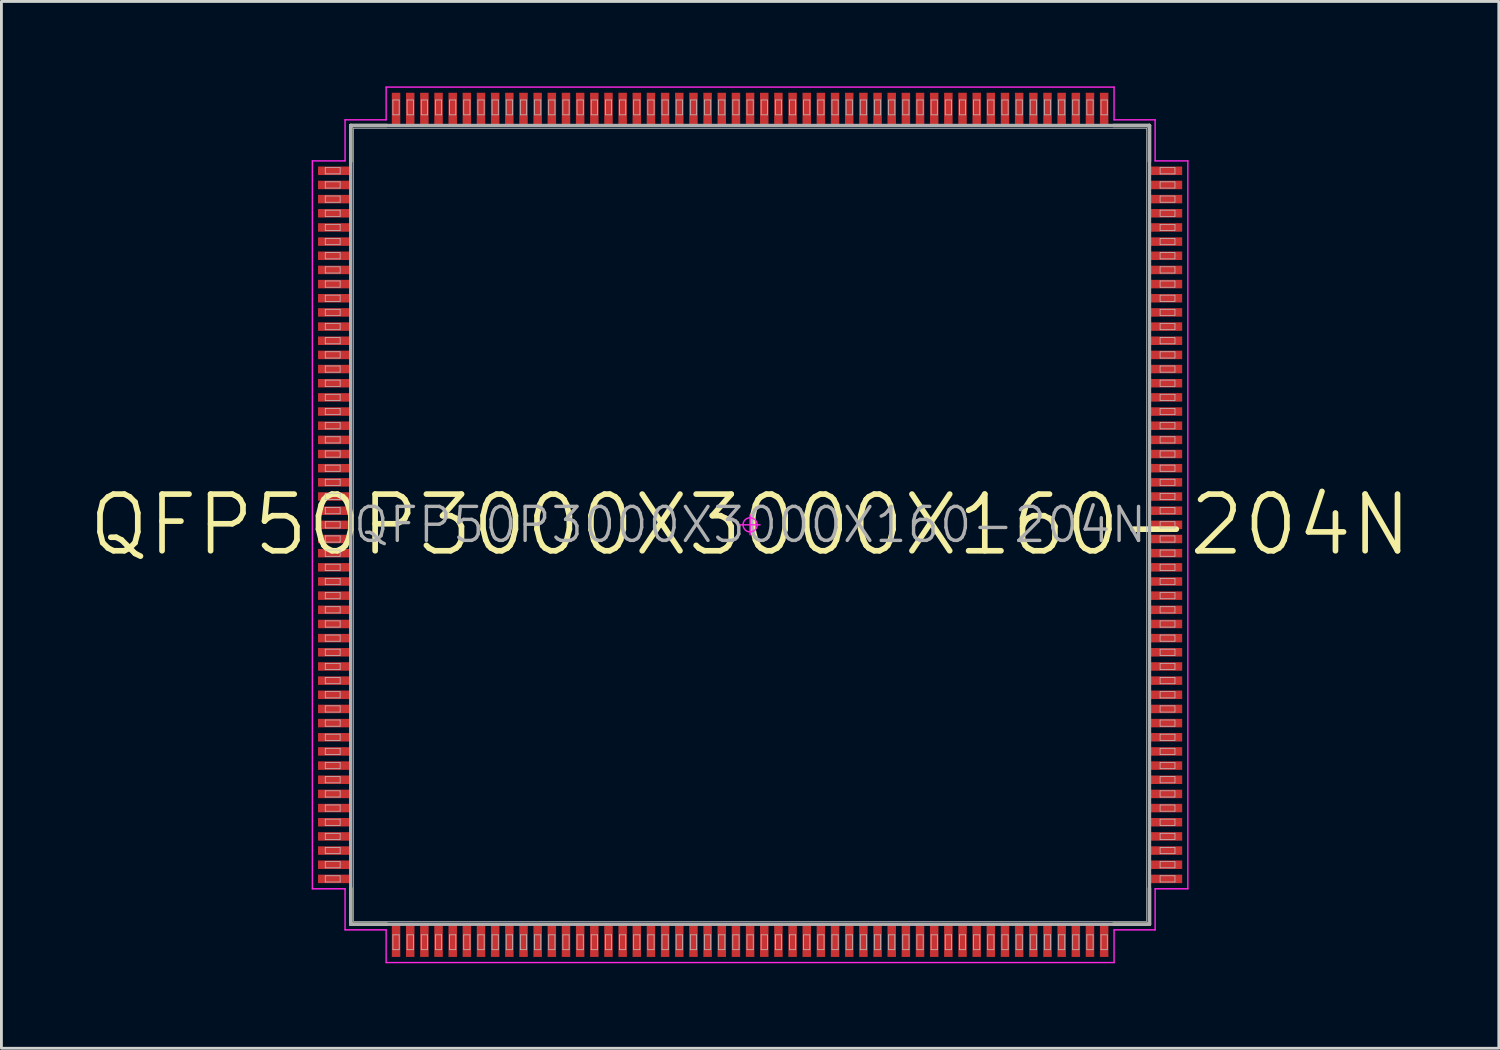
<source format=kicad_pcb>
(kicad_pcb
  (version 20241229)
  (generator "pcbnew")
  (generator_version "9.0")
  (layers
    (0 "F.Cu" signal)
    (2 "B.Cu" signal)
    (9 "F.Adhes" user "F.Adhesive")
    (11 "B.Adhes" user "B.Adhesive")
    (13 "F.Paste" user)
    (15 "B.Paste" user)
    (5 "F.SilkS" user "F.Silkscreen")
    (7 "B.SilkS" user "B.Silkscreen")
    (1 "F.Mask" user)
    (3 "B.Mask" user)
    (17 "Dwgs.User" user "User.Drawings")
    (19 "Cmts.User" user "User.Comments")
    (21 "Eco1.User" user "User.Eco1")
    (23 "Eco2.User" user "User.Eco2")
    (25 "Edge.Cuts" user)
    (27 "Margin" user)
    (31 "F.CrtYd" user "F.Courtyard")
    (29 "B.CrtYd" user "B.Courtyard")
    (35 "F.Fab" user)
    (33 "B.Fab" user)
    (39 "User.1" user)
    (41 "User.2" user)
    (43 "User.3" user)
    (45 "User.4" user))
  (footprint "QFP50P3000X3000X160-204N"
    (layer "F.Cu")
    (at 23.433 15.48)
    (property "Reference" "QFP50P3000X3000X160-204N" (at 0 0 0) (layer "F.Fab") (effects (font (size 1.2 1.2) (thickness 0.12))))
    (attr smd)
    (fp_line (start -14.1 -14.1) (end -14.1 -12.83) (stroke (width 0.12) (type solid)) (layer "F.SilkS"))
    (fp_line (start -14.1 14.1) (end -14.1 12.83) (stroke (width 0.12) (type solid)) (layer "F.SilkS"))
    (fp_line (start -12.83 -14.1) (end -14.1 -14.1) (stroke (width 0.12) (type solid)) (layer "F.SilkS"))
    (fp_line (start -12.83 14.1) (end -14.1 14.1) (stroke (width 0.12) (type solid)) (layer "F.SilkS"))
    (fp_line (start 12.83 -14.1) (end 14.1 -14.1) (stroke (width 0.12) (type solid)) (layer "F.SilkS"))
    (fp_line (start 12.83 14.1) (end 14.1 14.1) (stroke (width 0.12) (type solid)) (layer "F.SilkS"))
    (fp_line (start 14.1 -14.1) (end 14.1 -12.83) (stroke (width 0.12) (type solid)) (layer "F.SilkS"))
    (fp_line (start 14.1 14.1) (end 14.1 12.83) (stroke (width 0.12) (type solid)) (layer "F.SilkS"))
    (fp_line (start -15 -12.61) (end -14.475 -12.61) (stroke (width 0.025) (type solid)) (layer "Dwgs.User"))
    (fp_line (start -15 -12.39) (end -15 -12.61) (stroke (width 0.025) (type solid)) (layer "Dwgs.User"))
    (fp_line (start -15 -12.11) (end -14.475 -12.11) (stroke (width 0.025) (type solid)) (layer "Dwgs.User"))
    (fp_line (start -15 -11.89) (end -15 -12.11) (stroke (width 0.025) (type solid)) (layer "Dwgs.User"))
    (fp_line (start -15 -11.61) (end -14.475 -11.61) (stroke (width 0.025) (type solid)) (layer "Dwgs.User"))
    (fp_line (start -15 -11.39) (end -15 -11.61) (stroke (width 0.025) (type solid)) (layer "Dwgs.User"))
    (fp_line (start -15 -11.11) (end -14.475 -11.11) (stroke (width 0.025) (type solid)) (layer "Dwgs.User"))
    (fp_line (start -15 -10.89) (end -15 -11.11) (stroke (width 0.025) (type solid)) (layer "Dwgs.User"))
    (fp_line (start -15 -10.61) (end -14.475 -10.61) (stroke (width 0.025) (type solid)) (layer "Dwgs.User"))
    (fp_line (start -15 -10.39) (end -15 -10.61) (stroke (width 0.025) (type solid)) (layer "Dwgs.User"))
    (fp_line (start -15 -10.11) (end -14.475 -10.11) (stroke (width 0.025) (type solid)) (layer "Dwgs.User"))
    (fp_line (start -15 -9.89) (end -15 -10.11) (stroke (width 0.025) (type solid)) (layer "Dwgs.User"))
    (fp_line (start -15 -9.61) (end -14.475 -9.61) (stroke (width 0.025) (type solid)) (layer "Dwgs.User"))
    (fp_line (start -15 -9.39) (end -15 -9.61) (stroke (width 0.025) (type solid)) (layer "Dwgs.User"))
    (fp_line (start -15 -9.11) (end -14.475 -9.11) (stroke (width 0.025) (type solid)) (layer "Dwgs.User"))
    (fp_line (start -15 -8.89) (end -15 -9.11) (stroke (width 0.025) (type solid)) (layer "Dwgs.User"))
    (fp_line (start -15 -8.61) (end -14.475 -8.61) (stroke (width 0.025) (type solid)) (layer "Dwgs.User"))
    (fp_line (start -15 -8.39) (end -15 -8.61) (stroke (width 0.025) (type solid)) (layer "Dwgs.User"))
    (fp_line (start -15 -8.11) (end -14.475 -8.11) (stroke (width 0.025) (type solid)) (layer "Dwgs.User"))
    (fp_line (start -15 -7.89) (end -15 -8.11) (stroke (width 0.025) (type solid)) (layer "Dwgs.User"))
    (fp_line (start -15 -7.61) (end -14.475 -7.61) (stroke (width 0.025) (type solid)) (layer "Dwgs.User"))
    (fp_line (start -15 -7.39) (end -15 -7.61) (stroke (width 0.025) (type solid)) (layer "Dwgs.User"))
    (fp_line (start -15 -7.11) (end -14.475 -7.11) (stroke (width 0.025) (type solid)) (layer "Dwgs.User"))
    (fp_line (start -15 -6.89) (end -15 -7.11) (stroke (width 0.025) (type solid)) (layer "Dwgs.User"))
    (fp_line (start -15 -6.61) (end -14.475 -6.61) (stroke (width 0.025) (type solid)) (layer "Dwgs.User"))
    (fp_line (start -15 -6.39) (end -15 -6.61) (stroke (width 0.025) (type solid)) (layer "Dwgs.User"))
    (fp_line (start -15 -6.11) (end -14.475 -6.11) (stroke (width 0.025) (type solid)) (layer "Dwgs.User"))
    (fp_line (start -15 -5.89) (end -15 -6.11) (stroke (width 0.025) (type solid)) (layer "Dwgs.User"))
    (fp_line (start -15 -5.61) (end -14.475 -5.61) (stroke (width 0.025) (type solid)) (layer "Dwgs.User"))
    (fp_line (start -15 -5.39) (end -15 -5.61) (stroke (width 0.025) (type solid)) (layer "Dwgs.User"))
    (fp_line (start -15 -5.11) (end -14.475 -5.11) (stroke (width 0.025) (type solid)) (layer "Dwgs.User"))
    (fp_line (start -15 -4.89) (end -15 -5.11) (stroke (width 0.025) (type solid)) (layer "Dwgs.User"))
    (fp_line (start -15 -4.61) (end -14.475 -4.61) (stroke (width 0.025) (type solid)) (layer "Dwgs.User"))
    (fp_line (start -15 -4.39) (end -15 -4.61) (stroke (width 0.025) (type solid)) (layer "Dwgs.User"))
    (fp_line (start -15 -4.11) (end -14.475 -4.11) (stroke (width 0.025) (type solid)) (layer "Dwgs.User"))
    (fp_line (start -15 -3.89) (end -15 -4.11) (stroke (width 0.025) (type solid)) (layer "Dwgs.User"))
    (fp_line (start -15 -3.61) (end -14.475 -3.61) (stroke (width 0.025) (type solid)) (layer "Dwgs.User"))
    (fp_line (start -15 -3.39) (end -15 -3.61) (stroke (width 0.025) (type solid)) (layer "Dwgs.User"))
    (fp_line (start -15 -3.11) (end -14.475 -3.11) (stroke (width 0.025) (type solid)) (layer "Dwgs.User"))
    (fp_line (start -15 -2.89) (end -15 -3.11) (stroke (width 0.025) (type solid)) (layer "Dwgs.User"))
    (fp_line (start -15 -2.61) (end -14.475 -2.61) (stroke (width 0.025) (type solid)) (layer "Dwgs.User"))
    (fp_line (start -15 -2.39) (end -15 -2.61) (stroke (width 0.025) (type solid)) (layer "Dwgs.User"))
    (fp_line (start -15 -2.11) (end -14.475 -2.11) (stroke (width 0.025) (type solid)) (layer "Dwgs.User"))
    (fp_line (start -15 -1.89) (end -15 -2.11) (stroke (width 0.025) (type solid)) (layer "Dwgs.User"))
    (fp_line (start -15 -1.61) (end -14.475 -1.61) (stroke (width 0.025) (type solid)) (layer "Dwgs.User"))
    (fp_line (start -15 -1.39) (end -15 -1.61) (stroke (width 0.025) (type solid)) (layer "Dwgs.User"))
    (fp_line (start -15 -1.11) (end -14.475 -1.11) (stroke (width 0.025) (type solid)) (layer "Dwgs.User"))
    (fp_line (start -15 -0.89) (end -15 -1.11) (stroke (width 0.025) (type solid)) (layer "Dwgs.User"))
    (fp_line (start -15 -0.61) (end -14.475 -0.61) (stroke (width 0.025) (type solid)) (layer "Dwgs.User"))
    (fp_line (start -15 -0.39) (end -15 -0.61) (stroke (width 0.025) (type solid)) (layer "Dwgs.User"))
    (fp_line (start -15 -0.11) (end -14.475 -0.11) (stroke (width 0.025) (type solid)) (layer "Dwgs.User"))
    (fp_line (start -15 0.11) (end -15 -0.11) (stroke (width 0.025) (type solid)) (layer "Dwgs.User"))
    (fp_line (start -15 0.39) (end -14.475 0.39) (stroke (width 0.025) (type solid)) (layer "Dwgs.User"))
    (fp_line (start -15 0.61) (end -15 0.39) (stroke (width 0.025) (type solid)) (layer "Dwgs.User"))
    (fp_line (start -15 0.89) (end -14.475 0.89) (stroke (width 0.025) (type solid)) (layer "Dwgs.User"))
    (fp_line (start -15 1.11) (end -15 0.89) (stroke (width 0.025) (type solid)) (layer "Dwgs.User"))
    (fp_line (start -15 1.39) (end -14.475 1.39) (stroke (width 0.025) (type solid)) (layer "Dwgs.User"))
    (fp_line (start -15 1.61) (end -15 1.39) (stroke (width 0.025) (type solid)) (layer "Dwgs.User"))
    (fp_line (start -15 1.89) (end -14.475 1.89) (stroke (width 0.025) (type solid)) (layer "Dwgs.User"))
    (fp_line (start -15 2.11) (end -15 1.89) (stroke (width 0.025) (type solid)) (layer "Dwgs.User"))
    (fp_line (start -15 2.39) (end -14.475 2.39) (stroke (width 0.025) (type solid)) (layer "Dwgs.User"))
    (fp_line (start -15 2.61) (end -15 2.39) (stroke (width 0.025) (type solid)) (layer "Dwgs.User"))
    (fp_line (start -15 2.89) (end -14.475 2.89) (stroke (width 0.025) (type solid)) (layer "Dwgs.User"))
    (fp_line (start -15 3.11) (end -15 2.89) (stroke (width 0.025) (type solid)) (layer "Dwgs.User"))
    (fp_line (start -15 3.39) (end -14.475 3.39) (stroke (width 0.025) (type solid)) (layer "Dwgs.User"))
    (fp_line (start -15 3.61) (end -15 3.39) (stroke (width 0.025) (type solid)) (layer "Dwgs.User"))
    (fp_line (start -15 3.89) (end -14.475 3.89) (stroke (width 0.025) (type solid)) (layer "Dwgs.User"))
    (fp_line (start -15 4.11) (end -15 3.89) (stroke (width 0.025) (type solid)) (layer "Dwgs.User"))
    (fp_line (start -15 4.39) (end -14.475 4.39) (stroke (width 0.025) (type solid)) (layer "Dwgs.User"))
    (fp_line (start -15 4.61) (end -15 4.39) (stroke (width 0.025) (type solid)) (layer "Dwgs.User"))
    (fp_line (start -15 4.89) (end -14.475 4.89) (stroke (width 0.025) (type solid)) (layer "Dwgs.User"))
    (fp_line (start -15 5.11) (end -15 4.89) (stroke (width 0.025) (type solid)) (layer "Dwgs.User"))
    (fp_line (start -15 5.39) (end -14.475 5.39) (stroke (width 0.025) (type solid)) (layer "Dwgs.User"))
    (fp_line (start -15 5.61) (end -15 5.39) (stroke (width 0.025) (type solid)) (layer "Dwgs.User"))
    (fp_line (start -15 5.89) (end -14.475 5.89) (stroke (width 0.025) (type solid)) (layer "Dwgs.User"))
    (fp_line (start -15 6.11) (end -15 5.89) (stroke (width 0.025) (type solid)) (layer "Dwgs.User"))
    (fp_line (start -15 6.39) (end -14.475 6.39) (stroke (width 0.025) (type solid)) (layer "Dwgs.User"))
    (fp_line (start -15 6.61) (end -15 6.39) (stroke (width 0.025) (type solid)) (layer "Dwgs.User"))
    (fp_line (start -15 6.89) (end -14.475 6.89) (stroke (width 0.025) (type solid)) (layer "Dwgs.User"))
    (fp_line (start -15 7.11) (end -15 6.89) (stroke (width 0.025) (type solid)) (layer "Dwgs.User"))
    (fp_line (start -15 7.39) (end -14.475 7.39) (stroke (width 0.025) (type solid)) (layer "Dwgs.User"))
    (fp_line (start -15 7.61) (end -15 7.39) (stroke (width 0.025) (type solid)) (layer "Dwgs.User"))
    (fp_line (start -15 7.89) (end -14.475 7.89) (stroke (width 0.025) (type solid)) (layer "Dwgs.User"))
    (fp_line (start -15 8.11) (end -15 7.89) (stroke (width 0.025) (type solid)) (layer "Dwgs.User"))
    (fp_line (start -15 8.39) (end -14.475 8.39) (stroke (width 0.025) (type solid)) (layer "Dwgs.User"))
    (fp_line (start -15 8.61) (end -15 8.39) (stroke (width 0.025) (type solid)) (layer "Dwgs.User"))
    (fp_line (start -15 8.89) (end -14.475 8.89) (stroke (width 0.025) (type solid)) (layer "Dwgs.User"))
    (fp_line (start -15 9.11) (end -15 8.89) (stroke (width 0.025) (type solid)) (layer "Dwgs.User"))
    (fp_line (start -15 9.39) (end -14.475 9.39) (stroke (width 0.025) (type solid)) (layer "Dwgs.User"))
    (fp_line (start -15 9.61) (end -15 9.39) (stroke (width 0.025) (type solid)) (layer "Dwgs.User"))
    (fp_line (start -15 9.89) (end -14.475 9.89) (stroke (width 0.025) (type solid)) (layer "Dwgs.User"))
    (fp_line (start -15 10.11) (end -15 9.89) (stroke (width 0.025) (type solid)) (layer "Dwgs.User"))
    (fp_line (start -15 10.39) (end -14.475 10.39) (stroke (width 0.025) (type solid)) (layer "Dwgs.User"))
    (fp_line (start -15 10.61) (end -15 10.39) (stroke (width 0.025) (type solid)) (layer "Dwgs.User"))
    (fp_line (start -15 10.89) (end -14.475 10.89) (stroke (width 0.025) (type solid)) (layer "Dwgs.User"))
    (fp_line (start -15 11.11) (end -15 10.89) (stroke (width 0.025) (type solid)) (layer "Dwgs.User"))
    (fp_line (start -15 11.39) (end -14.475 11.39) (stroke (width 0.025) (type solid)) (layer "Dwgs.User"))
    (fp_line (start -15 11.61) (end -15 11.39) (stroke (width 0.025) (type solid)) (layer "Dwgs.User"))
    (fp_line (start -15 11.89) (end -14.475 11.89) (stroke (width 0.025) (type solid)) (layer "Dwgs.User"))
    (fp_line (start -15 12.11) (end -15 11.89) (stroke (width 0.025) (type solid)) (layer "Dwgs.User"))
    (fp_line (start -15 12.39) (end -14.475 12.39) (stroke (width 0.025) (type solid)) (layer "Dwgs.User"))
    (fp_line (start -15 12.61) (end -15 12.39) (stroke (width 0.025) (type solid)) (layer "Dwgs.User"))
    (fp_line (start -14.475 -12.61) (end -14.475 -12.39) (stroke (width 0.025) (type solid)) (layer "Dwgs.User"))
    (fp_line (start -14.475 -12.39) (end -15 -12.39) (stroke (width 0.025) (type solid)) (layer "Dwgs.User"))
    (fp_line (start -14.475 -12.11) (end -14.475 -11.89) (stroke (width 0.025) (type solid)) (layer "Dwgs.User"))
    (fp_line (start -14.475 -11.89) (end -15 -11.89) (stroke (width 0.025) (type solid)) (layer "Dwgs.User"))
    (fp_line (start -14.475 -11.61) (end -14.475 -11.39) (stroke (width 0.025) (type solid)) (layer "Dwgs.User"))
    (fp_line (start -14.475 -11.39) (end -15 -11.39) (stroke (width 0.025) (type solid)) (layer "Dwgs.User"))
    (fp_line (start -14.475 -11.11) (end -14.475 -10.89) (stroke (width 0.025) (type solid)) (layer "Dwgs.User"))
    (fp_line (start -14.475 -10.89) (end -15 -10.89) (stroke (width 0.025) (type solid)) (layer "Dwgs.User"))
    (fp_line (start -14.475 -10.61) (end -14.475 -10.39) (stroke (width 0.025) (type solid)) (layer "Dwgs.User"))
    (fp_line (start -14.475 -10.39) (end -15 -10.39) (stroke (width 0.025) (type solid)) (layer "Dwgs.User"))
    (fp_line (start -14.475 -10.11) (end -14.475 -9.89) (stroke (width 0.025) (type solid)) (layer "Dwgs.User"))
    (fp_line (start -14.475 -9.89) (end -15 -9.89) (stroke (width 0.025) (type solid)) (layer "Dwgs.User"))
    (fp_line (start -14.475 -9.61) (end -14.475 -9.39) (stroke (width 0.025) (type solid)) (layer "Dwgs.User"))
    (fp_line (start -14.475 -9.39) (end -15 -9.39) (stroke (width 0.025) (type solid)) (layer "Dwgs.User"))
    (fp_line (start -14.475 -9.11) (end -14.475 -8.89) (stroke (width 0.025) (type solid)) (layer "Dwgs.User"))
    (fp_line (start -14.475 -8.89) (end -15 -8.89) (stroke (width 0.025) (type solid)) (layer "Dwgs.User"))
    (fp_line (start -14.475 -8.61) (end -14.475 -8.39) (stroke (width 0.025) (type solid)) (layer "Dwgs.User"))
    (fp_line (start -14.475 -8.39) (end -15 -8.39) (stroke (width 0.025) (type solid)) (layer "Dwgs.User"))
    (fp_line (start -14.475 -8.11) (end -14.475 -7.89) (stroke (width 0.025) (type solid)) (layer "Dwgs.User"))
    (fp_line (start -14.475 -7.89) (end -15 -7.89) (stroke (width 0.025) (type solid)) (layer "Dwgs.User"))
    (fp_line (start -14.475 -7.61) (end -14.475 -7.39) (stroke (width 0.025) (type solid)) (layer "Dwgs.User"))
    (fp_line (start -14.475 -7.39) (end -15 -7.39) (stroke (width 0.025) (type solid)) (layer "Dwgs.User"))
    (fp_line (start -14.475 -7.11) (end -14.475 -6.89) (stroke (width 0.025) (type solid)) (layer "Dwgs.User"))
    (fp_line (start -14.475 -6.89) (end -15 -6.89) (stroke (width 0.025) (type solid)) (layer "Dwgs.User"))
    (fp_line (start -14.475 -6.61) (end -14.475 -6.39) (stroke (width 0.025) (type solid)) (layer "Dwgs.User"))
    (fp_line (start -14.475 -6.39) (end -15 -6.39) (stroke (width 0.025) (type solid)) (layer "Dwgs.User"))
    (fp_line (start -14.475 -6.11) (end -14.475 -5.89) (stroke (width 0.025) (type solid)) (layer "Dwgs.User"))
    (fp_line (start -14.475 -5.89) (end -15 -5.89) (stroke (width 0.025) (type solid)) (layer "Dwgs.User"))
    (fp_line (start -14.475 -5.61) (end -14.475 -5.39) (stroke (width 0.025) (type solid)) (layer "Dwgs.User"))
    (fp_line (start -14.475 -5.39) (end -15 -5.39) (stroke (width 0.025) (type solid)) (layer "Dwgs.User"))
    (fp_line (start -14.475 -5.11) (end -14.475 -4.89) (stroke (width 0.025) (type solid)) (layer "Dwgs.User"))
    (fp_line (start -14.475 -4.89) (end -15 -4.89) (stroke (width 0.025) (type solid)) (layer "Dwgs.User"))
    (fp_line (start -14.475 -4.61) (end -14.475 -4.39) (stroke (width 0.025) (type solid)) (layer "Dwgs.User"))
    (fp_line (start -14.475 -4.39) (end -15 -4.39) (stroke (width 0.025) (type solid)) (layer "Dwgs.User"))
    (fp_line (start -14.475 -4.11) (end -14.475 -3.89) (stroke (width 0.025) (type solid)) (layer "Dwgs.User"))
    (fp_line (start -14.475 -3.89) (end -15 -3.89) (stroke (width 0.025) (type solid)) (layer "Dwgs.User"))
    (fp_line (start -14.475 -3.61) (end -14.475 -3.39) (stroke (width 0.025) (type solid)) (layer "Dwgs.User"))
    (fp_line (start -14.475 -3.39) (end -15 -3.39) (stroke (width 0.025) (type solid)) (layer "Dwgs.User"))
    (fp_line (start -14.475 -3.11) (end -14.475 -2.89) (stroke (width 0.025) (type solid)) (layer "Dwgs.User"))
    (fp_line (start -14.475 -2.89) (end -15 -2.89) (stroke (width 0.025) (type solid)) (layer "Dwgs.User"))
    (fp_line (start -14.475 -2.61) (end -14.475 -2.39) (stroke (width 0.025) (type solid)) (layer "Dwgs.User"))
    (fp_line (start -14.475 -2.39) (end -15 -2.39) (stroke (width 0.025) (type solid)) (layer "Dwgs.User"))
    (fp_line (start -14.475 -2.11) (end -14.475 -1.89) (stroke (width 0.025) (type solid)) (layer "Dwgs.User"))
    (fp_line (start -14.475 -1.89) (end -15 -1.89) (stroke (width 0.025) (type solid)) (layer "Dwgs.User"))
    (fp_line (start -14.475 -1.61) (end -14.475 -1.39) (stroke (width 0.025) (type solid)) (layer "Dwgs.User"))
    (fp_line (start -14.475 -1.39) (end -15 -1.39) (stroke (width 0.025) (type solid)) (layer "Dwgs.User"))
    (fp_line (start -14.475 -1.11) (end -14.475 -0.89) (stroke (width 0.025) (type solid)) (layer "Dwgs.User"))
    (fp_line (start -14.475 -0.89) (end -15 -0.89) (stroke (width 0.025) (type solid)) (layer "Dwgs.User"))
    (fp_line (start -14.475 -0.61) (end -14.475 -0.39) (stroke (width 0.025) (type solid)) (layer "Dwgs.User"))
    (fp_line (start -14.475 -0.39) (end -15 -0.39) (stroke (width 0.025) (type solid)) (layer "Dwgs.User"))
    (fp_line (start -14.475 -0.11) (end -14.475 0.11) (stroke (width 0.025) (type solid)) (layer "Dwgs.User"))
    (fp_line (start -14.475 0.11) (end -15 0.11) (stroke (width 0.025) (type solid)) (layer "Dwgs.User"))
    (fp_line (start -14.475 0.39) (end -14.475 0.61) (stroke (width 0.025) (type solid)) (layer "Dwgs.User"))
    (fp_line (start -14.475 0.61) (end -15 0.61) (stroke (width 0.025) (type solid)) (layer "Dwgs.User"))
    (fp_line (start -14.475 0.89) (end -14.475 1.11) (stroke (width 0.025) (type solid)) (layer "Dwgs.User"))
    (fp_line (start -14.475 1.11) (end -15 1.11) (stroke (width 0.025) (type solid)) (layer "Dwgs.User"))
    (fp_line (start -14.475 1.39) (end -14.475 1.61) (stroke (width 0.025) (type solid)) (layer "Dwgs.User"))
    (fp_line (start -14.475 1.61) (end -15 1.61) (stroke (width 0.025) (type solid)) (layer "Dwgs.User"))
    (fp_line (start -14.475 1.89) (end -14.475 2.11) (stroke (width 0.025) (type solid)) (layer "Dwgs.User"))
    (fp_line (start -14.475 2.11) (end -15 2.11) (stroke (width 0.025) (type solid)) (layer "Dwgs.User"))
    (fp_line (start -14.475 2.39) (end -14.475 2.61) (stroke (width 0.025) (type solid)) (layer "Dwgs.User"))
    (fp_line (start -14.475 2.61) (end -15 2.61) (stroke (width 0.025) (type solid)) (layer "Dwgs.User"))
    (fp_line (start -14.475 2.89) (end -14.475 3.11) (stroke (width 0.025) (type solid)) (layer "Dwgs.User"))
    (fp_line (start -14.475 3.11) (end -15 3.11) (stroke (width 0.025) (type solid)) (layer "Dwgs.User"))
    (fp_line (start -14.475 3.39) (end -14.475 3.61) (stroke (width 0.025) (type solid)) (layer "Dwgs.User"))
    (fp_line (start -14.475 3.61) (end -15 3.61) (stroke (width 0.025) (type solid)) (layer "Dwgs.User"))
    (fp_line (start -14.475 3.89) (end -14.475 4.11) (stroke (width 0.025) (type solid)) (layer "Dwgs.User"))
    (fp_line (start -14.475 4.11) (end -15 4.11) (stroke (width 0.025) (type solid)) (layer "Dwgs.User"))
    (fp_line (start -14.475 4.39) (end -14.475 4.61) (stroke (width 0.025) (type solid)) (layer "Dwgs.User"))
    (fp_line (start -14.475 4.61) (end -15 4.61) (stroke (width 0.025) (type solid)) (layer "Dwgs.User"))
    (fp_line (start -14.475 4.89) (end -14.475 5.11) (stroke (width 0.025) (type solid)) (layer "Dwgs.User"))
    (fp_line (start -14.475 5.11) (end -15 5.11) (stroke (width 0.025) (type solid)) (layer "Dwgs.User"))
    (fp_line (start -14.475 5.39) (end -14.475 5.61) (stroke (width 0.025) (type solid)) (layer "Dwgs.User"))
    (fp_line (start -14.475 5.61) (end -15 5.61) (stroke (width 0.025) (type solid)) (layer "Dwgs.User"))
    (fp_line (start -14.475 5.89) (end -14.475 6.11) (stroke (width 0.025) (type solid)) (layer "Dwgs.User"))
    (fp_line (start -14.475 6.11) (end -15 6.11) (stroke (width 0.025) (type solid)) (layer "Dwgs.User"))
    (fp_line (start -14.475 6.39) (end -14.475 6.61) (stroke (width 0.025) (type solid)) (layer "Dwgs.User"))
    (fp_line (start -14.475 6.61) (end -15 6.61) (stroke (width 0.025) (type solid)) (layer "Dwgs.User"))
    (fp_line (start -14.475 6.89) (end -14.475 7.11) (stroke (width 0.025) (type solid)) (layer "Dwgs.User"))
    (fp_line (start -14.475 7.11) (end -15 7.11) (stroke (width 0.025) (type solid)) (layer "Dwgs.User"))
    (fp_line (start -14.475 7.39) (end -14.475 7.61) (stroke (width 0.025) (type solid)) (layer "Dwgs.User"))
    (fp_line (start -14.475 7.61) (end -15 7.61) (stroke (width 0.025) (type solid)) (layer "Dwgs.User"))
    (fp_line (start -14.475 7.89) (end -14.475 8.11) (stroke (width 0.025) (type solid)) (layer "Dwgs.User"))
    (fp_line (start -14.475 8.11) (end -15 8.11) (stroke (width 0.025) (type solid)) (layer "Dwgs.User"))
    (fp_line (start -14.475 8.39) (end -14.475 8.61) (stroke (width 0.025) (type solid)) (layer "Dwgs.User"))
    (fp_line (start -14.475 8.61) (end -15 8.61) (stroke (width 0.025) (type solid)) (layer "Dwgs.User"))
    (fp_line (start -14.475 8.89) (end -14.475 9.11) (stroke (width 0.025) (type solid)) (layer "Dwgs.User"))
    (fp_line (start -14.475 9.11) (end -15 9.11) (stroke (width 0.025) (type solid)) (layer "Dwgs.User"))
    (fp_line (start -14.475 9.39) (end -14.475 9.61) (stroke (width 0.025) (type solid)) (layer "Dwgs.User"))
    (fp_line (start -14.475 9.61) (end -15 9.61) (stroke (width 0.025) (type solid)) (layer "Dwgs.User"))
    (fp_line (start -14.475 9.89) (end -14.475 10.11) (stroke (width 0.025) (type solid)) (layer "Dwgs.User"))
    (fp_line (start -14.475 10.11) (end -15 10.11) (stroke (width 0.025) (type solid)) (layer "Dwgs.User"))
    (fp_line (start -14.475 10.39) (end -14.475 10.61) (stroke (width 0.025) (type solid)) (layer "Dwgs.User"))
    (fp_line (start -14.475 10.61) (end -15 10.61) (stroke (width 0.025) (type solid)) (layer "Dwgs.User"))
    (fp_line (start -14.475 10.89) (end -14.475 11.11) (stroke (width 0.025) (type solid)) (layer "Dwgs.User"))
    (fp_line (start -14.475 11.11) (end -15 11.11) (stroke (width 0.025) (type solid)) (layer "Dwgs.User"))
    (fp_line (start -14.475 11.39) (end -14.475 11.61) (stroke (width 0.025) (type solid)) (layer "Dwgs.User"))
    (fp_line (start -14.475 11.61) (end -15 11.61) (stroke (width 0.025) (type solid)) (layer "Dwgs.User"))
    (fp_line (start -14.475 11.89) (end -14.475 12.11) (stroke (width 0.025) (type solid)) (layer "Dwgs.User"))
    (fp_line (start -14.475 12.11) (end -15 12.11) (stroke (width 0.025) (type solid)) (layer "Dwgs.User"))
    (fp_line (start -14.475 12.39) (end -14.475 12.61) (stroke (width 0.025) (type solid)) (layer "Dwgs.User"))
    (fp_line (start -14.475 12.61) (end -15 12.61) (stroke (width 0.025) (type solid)) (layer "Dwgs.User"))
    (fp_line (start -14 -14) (end 14 -14) (stroke (width 0.025) (type solid)) (layer "Dwgs.User"))
    (fp_line (start -14 14) (end -14 -14) (stroke (width 0.025) (type solid)) (layer "Dwgs.User"))
    (fp_line (start -12.61 -15) (end -12.39 -15) (stroke (width 0.025) (type solid)) (layer "Dwgs.User"))
    (fp_line (start -12.61 -14.475) (end -12.61 -15) (stroke (width 0.025) (type solid)) (layer "Dwgs.User"))
    (fp_line (start -12.61 14.475) (end -12.39 14.475) (stroke (width 0.025) (type solid)) (layer "Dwgs.User"))
    (fp_line (start -12.61 15) (end -12.61 14.475) (stroke (width 0.025) (type solid)) (layer "Dwgs.User"))
    (fp_line (start -12.39 -15) (end -12.39 -14.475) (stroke (width 0.025) (type solid)) (layer "Dwgs.User"))
    (fp_line (start -12.39 -14.475) (end -12.61 -14.475) (stroke (width 0.025) (type solid)) (layer "Dwgs.User"))
    (fp_line (start -12.39 14.475) (end -12.39 15) (stroke (width 0.025) (type solid)) (layer "Dwgs.User"))
    (fp_line (start -12.39 15) (end -12.61 15) (stroke (width 0.025) (type solid)) (layer "Dwgs.User"))
    (fp_line (start -12.11 -15) (end -11.89 -15) (stroke (width 0.025) (type solid)) (layer "Dwgs.User"))
    (fp_line (start -12.11 -14.475) (end -12.11 -15) (stroke (width 0.025) (type solid)) (layer "Dwgs.User"))
    (fp_line (start -12.11 14.475) (end -11.89 14.475) (stroke (width 0.025) (type solid)) (layer "Dwgs.User"))
    (fp_line (start -12.11 15) (end -12.11 14.475) (stroke (width 0.025) (type solid)) (layer "Dwgs.User"))
    (fp_line (start -11.89 -15) (end -11.89 -14.475) (stroke (width 0.025) (type solid)) (layer "Dwgs.User"))
    (fp_line (start -11.89 -14.475) (end -12.11 -14.475) (stroke (width 0.025) (type solid)) (layer "Dwgs.User"))
    (fp_line (start -11.89 14.475) (end -11.89 15) (stroke (width 0.025) (type solid)) (layer "Dwgs.User"))
    (fp_line (start -11.89 15) (end -12.11 15) (stroke (width 0.025) (type solid)) (layer "Dwgs.User"))
    (fp_line (start -11.61 -15) (end -11.39 -15) (stroke (width 0.025) (type solid)) (layer "Dwgs.User"))
    (fp_line (start -11.61 -14.475) (end -11.61 -15) (stroke (width 0.025) (type solid)) (layer "Dwgs.User"))
    (fp_line (start -11.61 14.475) (end -11.39 14.475) (stroke (width 0.025) (type solid)) (layer "Dwgs.User"))
    (fp_line (start -11.61 15) (end -11.61 14.475) (stroke (width 0.025) (type solid)) (layer "Dwgs.User"))
    (fp_line (start -11.39 -15) (end -11.39 -14.475) (stroke (width 0.025) (type solid)) (layer "Dwgs.User"))
    (fp_line (start -11.39 -14.475) (end -11.61 -14.475) (stroke (width 0.025) (type solid)) (layer "Dwgs.User"))
    (fp_line (start -11.39 14.475) (end -11.39 15) (stroke (width 0.025) (type solid)) (layer "Dwgs.User"))
    (fp_line (start -11.39 15) (end -11.61 15) (stroke (width 0.025) (type solid)) (layer "Dwgs.User"))
    (fp_line (start -11.11 -15) (end -10.89 -15) (stroke (width 0.025) (type solid)) (layer "Dwgs.User"))
    (fp_line (start -11.11 -14.475) (end -11.11 -15) (stroke (width 0.025) (type solid)) (layer "Dwgs.User"))
    (fp_line (start -11.11 14.475) (end -10.89 14.475) (stroke (width 0.025) (type solid)) (layer "Dwgs.User"))
    (fp_line (start -11.11 15) (end -11.11 14.475) (stroke (width 0.025) (type solid)) (layer "Dwgs.User"))
    (fp_line (start -10.89 -15) (end -10.89 -14.475) (stroke (width 0.025) (type solid)) (layer "Dwgs.User"))
    (fp_line (start -10.89 -14.475) (end -11.11 -14.475) (stroke (width 0.025) (type solid)) (layer "Dwgs.User"))
    (fp_line (start -10.89 14.475) (end -10.89 15) (stroke (width 0.025) (type solid)) (layer "Dwgs.User"))
    (fp_line (start -10.89 15) (end -11.11 15) (stroke (width 0.025) (type solid)) (layer "Dwgs.User"))
    (fp_line (start -10.61 -15) (end -10.39 -15) (stroke (width 0.025) (type solid)) (layer "Dwgs.User"))
    (fp_line (start -10.61 -14.475) (end -10.61 -15) (stroke (width 0.025) (type solid)) (layer "Dwgs.User"))
    (fp_line (start -10.61 14.475) (end -10.39 14.475) (stroke (width 0.025) (type solid)) (layer "Dwgs.User"))
    (fp_line (start -10.61 15) (end -10.61 14.475) (stroke (width 0.025) (type solid)) (layer "Dwgs.User"))
    (fp_line (start -10.39 -15) (end -10.39 -14.475) (stroke (width 0.025) (type solid)) (layer "Dwgs.User"))
    (fp_line (start -10.39 -14.475) (end -10.61 -14.475) (stroke (width 0.025) (type solid)) (layer "Dwgs.User"))
    (fp_line (start -10.39 14.475) (end -10.39 15) (stroke (width 0.025) (type solid)) (layer "Dwgs.User"))
    (fp_line (start -10.39 15) (end -10.61 15) (stroke (width 0.025) (type solid)) (layer "Dwgs.User"))
    (fp_line (start -10.11 -15) (end -9.89 -15) (stroke (width 0.025) (type solid)) (layer "Dwgs.User"))
    (fp_line (start -10.11 -14.475) (end -10.11 -15) (stroke (width 0.025) (type solid)) (layer "Dwgs.User"))
    (fp_line (start -10.11 14.475) (end -9.89 14.475) (stroke (width 0.025) (type solid)) (layer "Dwgs.User"))
    (fp_line (start -10.11 15) (end -10.11 14.475) (stroke (width 0.025) (type solid)) (layer "Dwgs.User"))
    (fp_line (start -9.89 -15) (end -9.89 -14.475) (stroke (width 0.025) (type solid)) (layer "Dwgs.User"))
    (fp_line (start -9.89 -14.475) (end -10.11 -14.475) (stroke (width 0.025) (type solid)) (layer "Dwgs.User"))
    (fp_line (start -9.89 14.475) (end -9.89 15) (stroke (width 0.025) (type solid)) (layer "Dwgs.User"))
    (fp_line (start -9.89 15) (end -10.11 15) (stroke (width 0.025) (type solid)) (layer "Dwgs.User"))
    (fp_line (start -9.61 -15) (end -9.39 -15) (stroke (width 0.025) (type solid)) (layer "Dwgs.User"))
    (fp_line (start -9.61 -14.475) (end -9.61 -15) (stroke (width 0.025) (type solid)) (layer "Dwgs.User"))
    (fp_line (start -9.61 14.475) (end -9.39 14.475) (stroke (width 0.025) (type solid)) (layer "Dwgs.User"))
    (fp_line (start -9.61 15) (end -9.61 14.475) (stroke (width 0.025) (type solid)) (layer "Dwgs.User"))
    (fp_line (start -9.39 -15) (end -9.39 -14.475) (stroke (width 0.025) (type solid)) (layer "Dwgs.User"))
    (fp_line (start -9.39 -14.475) (end -9.61 -14.475) (stroke (width 0.025) (type solid)) (layer "Dwgs.User"))
    (fp_line (start -9.39 14.475) (end -9.39 15) (stroke (width 0.025) (type solid)) (layer "Dwgs.User"))
    (fp_line (start -9.39 15) (end -9.61 15) (stroke (width 0.025) (type solid)) (layer "Dwgs.User"))
    (fp_line (start -9.11 -15) (end -8.89 -15) (stroke (width 0.025) (type solid)) (layer "Dwgs.User"))
    (fp_line (start -9.11 -14.475) (end -9.11 -15) (stroke (width 0.025) (type solid)) (layer "Dwgs.User"))
    (fp_line (start -9.11 14.475) (end -8.89 14.475) (stroke (width 0.025) (type solid)) (layer "Dwgs.User"))
    (fp_line (start -9.11 15) (end -9.11 14.475) (stroke (width 0.025) (type solid)) (layer "Dwgs.User"))
    (fp_line (start -8.89 -15) (end -8.89 -14.475) (stroke (width 0.025) (type solid)) (layer "Dwgs.User"))
    (fp_line (start -8.89 -14.475) (end -9.11 -14.475) (stroke (width 0.025) (type solid)) (layer "Dwgs.User"))
    (fp_line (start -8.89 14.475) (end -8.89 15) (stroke (width 0.025) (type solid)) (layer "Dwgs.User"))
    (fp_line (start -8.89 15) (end -9.11 15) (stroke (width 0.025) (type solid)) (layer "Dwgs.User"))
    (fp_line (start -8.61 -15) (end -8.39 -15) (stroke (width 0.025) (type solid)) (layer "Dwgs.User"))
    (fp_line (start -8.61 -14.475) (end -8.61 -15) (stroke (width 0.025) (type solid)) (layer "Dwgs.User"))
    (fp_line (start -8.61 14.475) (end -8.39 14.475) (stroke (width 0.025) (type solid)) (layer "Dwgs.User"))
    (fp_line (start -8.61 15) (end -8.61 14.475) (stroke (width 0.025) (type solid)) (layer "Dwgs.User"))
    (fp_line (start -8.39 -15) (end -8.39 -14.475) (stroke (width 0.025) (type solid)) (layer "Dwgs.User"))
    (fp_line (start -8.39 -14.475) (end -8.61 -14.475) (stroke (width 0.025) (type solid)) (layer "Dwgs.User"))
    (fp_line (start -8.39 14.475) (end -8.39 15) (stroke (width 0.025) (type solid)) (layer "Dwgs.User"))
    (fp_line (start -8.39 15) (end -8.61 15) (stroke (width 0.025) (type solid)) (layer "Dwgs.User"))
    (fp_line (start -8.11 -15) (end -7.89 -15) (stroke (width 0.025) (type solid)) (layer "Dwgs.User"))
    (fp_line (start -8.11 -14.475) (end -8.11 -15) (stroke (width 0.025) (type solid)) (layer "Dwgs.User"))
    (fp_line (start -8.11 14.475) (end -7.89 14.475) (stroke (width 0.025) (type solid)) (layer "Dwgs.User"))
    (fp_line (start -8.11 15) (end -8.11 14.475) (stroke (width 0.025) (type solid)) (layer "Dwgs.User"))
    (fp_line (start -7.89 -15) (end -7.89 -14.475) (stroke (width 0.025) (type solid)) (layer "Dwgs.User"))
    (fp_line (start -7.89 -14.475) (end -8.11 -14.475) (stroke (width 0.025) (type solid)) (layer "Dwgs.User"))
    (fp_line (start -7.89 14.475) (end -7.89 15) (stroke (width 0.025) (type solid)) (layer "Dwgs.User"))
    (fp_line (start -7.89 15) (end -8.11 15) (stroke (width 0.025) (type solid)) (layer "Dwgs.User"))
    (fp_line (start -7.61 -15) (end -7.39 -15) (stroke (width 0.025) (type solid)) (layer "Dwgs.User"))
    (fp_line (start -7.61 -14.475) (end -7.61 -15) (stroke (width 0.025) (type solid)) (layer "Dwgs.User"))
    (fp_line (start -7.61 14.475) (end -7.39 14.475) (stroke (width 0.025) (type solid)) (layer "Dwgs.User"))
    (fp_line (start -7.61 15) (end -7.61 14.475) (stroke (width 0.025) (type solid)) (layer "Dwgs.User"))
    (fp_line (start -7.39 -15) (end -7.39 -14.475) (stroke (width 0.025) (type solid)) (layer "Dwgs.User"))
    (fp_line (start -7.39 -14.475) (end -7.61 -14.475) (stroke (width 0.025) (type solid)) (layer "Dwgs.User"))
    (fp_line (start -7.39 14.475) (end -7.39 15) (stroke (width 0.025) (type solid)) (layer "Dwgs.User"))
    (fp_line (start -7.39 15) (end -7.61 15) (stroke (width 0.025) (type solid)) (layer "Dwgs.User"))
    (fp_line (start -7.11 -15) (end -6.89 -15) (stroke (width 0.025) (type solid)) (layer "Dwgs.User"))
    (fp_line (start -7.11 -14.475) (end -7.11 -15) (stroke (width 0.025) (type solid)) (layer "Dwgs.User"))
    (fp_line (start -7.11 14.475) (end -6.89 14.475) (stroke (width 0.025) (type solid)) (layer "Dwgs.User"))
    (fp_line (start -7.11 15) (end -7.11 14.475) (stroke (width 0.025) (type solid)) (layer "Dwgs.User"))
    (fp_line (start -6.89 -15) (end -6.89 -14.475) (stroke (width 0.025) (type solid)) (layer "Dwgs.User"))
    (fp_line (start -6.89 -14.475) (end -7.11 -14.475) (stroke (width 0.025) (type solid)) (layer "Dwgs.User"))
    (fp_line (start -6.89 14.475) (end -6.89 15) (stroke (width 0.025) (type solid)) (layer "Dwgs.User"))
    (fp_line (start -6.89 15) (end -7.11 15) (stroke (width 0.025) (type solid)) (layer "Dwgs.User"))
    (fp_line (start -6.61 -15) (end -6.39 -15) (stroke (width 0.025) (type solid)) (layer "Dwgs.User"))
    (fp_line (start -6.61 -14.475) (end -6.61 -15) (stroke (width 0.025) (type solid)) (layer "Dwgs.User"))
    (fp_line (start -6.61 14.475) (end -6.39 14.475) (stroke (width 0.025) (type solid)) (layer "Dwgs.User"))
    (fp_line (start -6.61 15) (end -6.61 14.475) (stroke (width 0.025) (type solid)) (layer "Dwgs.User"))
    (fp_line (start -6.39 -15) (end -6.39 -14.475) (stroke (width 0.025) (type solid)) (layer "Dwgs.User"))
    (fp_line (start -6.39 -14.475) (end -6.61 -14.475) (stroke (width 0.025) (type solid)) (layer "Dwgs.User"))
    (fp_line (start -6.39 14.475) (end -6.39 15) (stroke (width 0.025) (type solid)) (layer "Dwgs.User"))
    (fp_line (start -6.39 15) (end -6.61 15) (stroke (width 0.025) (type solid)) (layer "Dwgs.User"))
    (fp_line (start -6.11 -15) (end -5.89 -15) (stroke (width 0.025) (type solid)) (layer "Dwgs.User"))
    (fp_line (start -6.11 -14.475) (end -6.11 -15) (stroke (width 0.025) (type solid)) (layer "Dwgs.User"))
    (fp_line (start -6.11 14.475) (end -5.89 14.475) (stroke (width 0.025) (type solid)) (layer "Dwgs.User"))
    (fp_line (start -6.11 15) (end -6.11 14.475) (stroke (width 0.025) (type solid)) (layer "Dwgs.User"))
    (fp_line (start -5.89 -15) (end -5.89 -14.475) (stroke (width 0.025) (type solid)) (layer "Dwgs.User"))
    (fp_line (start -5.89 -14.475) (end -6.11 -14.475) (stroke (width 0.025) (type solid)) (layer "Dwgs.User"))
    (fp_line (start -5.89 14.475) (end -5.89 15) (stroke (width 0.025) (type solid)) (layer "Dwgs.User"))
    (fp_line (start -5.89 15) (end -6.11 15) (stroke (width 0.025) (type solid)) (layer "Dwgs.User"))
    (fp_line (start -5.61 -15) (end -5.39 -15) (stroke (width 0.025) (type solid)) (layer "Dwgs.User"))
    (fp_line (start -5.61 -14.475) (end -5.61 -15) (stroke (width 0.025) (type solid)) (layer "Dwgs.User"))
    (fp_line (start -5.61 14.475) (end -5.39 14.475) (stroke (width 0.025) (type solid)) (layer "Dwgs.User"))
    (fp_line (start -5.61 15) (end -5.61 14.475) (stroke (width 0.025) (type solid)) (layer "Dwgs.User"))
    (fp_line (start -5.39 -15) (end -5.39 -14.475) (stroke (width 0.025) (type solid)) (layer "Dwgs.User"))
    (fp_line (start -5.39 -14.475) (end -5.61 -14.475) (stroke (width 0.025) (type solid)) (layer "Dwgs.User"))
    (fp_line (start -5.39 14.475) (end -5.39 15) (stroke (width 0.025) (type solid)) (layer "Dwgs.User"))
    (fp_line (start -5.39 15) (end -5.61 15) (stroke (width 0.025) (type solid)) (layer "Dwgs.User"))
    (fp_line (start -5.11 -15) (end -4.89 -15) (stroke (width 0.025) (type solid)) (layer "Dwgs.User"))
    (fp_line (start -5.11 -14.475) (end -5.11 -15) (stroke (width 0.025) (type solid)) (layer "Dwgs.User"))
    (fp_line (start -5.11 14.475) (end -4.89 14.475) (stroke (width 0.025) (type solid)) (layer "Dwgs.User"))
    (fp_line (start -5.11 15) (end -5.11 14.475) (stroke (width 0.025) (type solid)) (layer "Dwgs.User"))
    (fp_line (start -4.89 -15) (end -4.89 -14.475) (stroke (width 0.025) (type solid)) (layer "Dwgs.User"))
    (fp_line (start -4.89 -14.475) (end -5.11 -14.475) (stroke (width 0.025) (type solid)) (layer "Dwgs.User"))
    (fp_line (start -4.89 14.475) (end -4.89 15) (stroke (width 0.025) (type solid)) (layer "Dwgs.User"))
    (fp_line (start -4.89 15) (end -5.11 15) (stroke (width 0.025) (type solid)) (layer "Dwgs.User"))
    (fp_line (start -4.61 -15) (end -4.39 -15) (stroke (width 0.025) (type solid)) (layer "Dwgs.User"))
    (fp_line (start -4.61 -14.475) (end -4.61 -15) (stroke (width 0.025) (type solid)) (layer "Dwgs.User"))
    (fp_line (start -4.61 14.475) (end -4.39 14.475) (stroke (width 0.025) (type solid)) (layer "Dwgs.User"))
    (fp_line (start -4.61 15) (end -4.61 14.475) (stroke (width 0.025) (type solid)) (layer "Dwgs.User"))
    (fp_line (start -4.39 -15) (end -4.39 -14.475) (stroke (width 0.025) (type solid)) (layer "Dwgs.User"))
    (fp_line (start -4.39 -14.475) (end -4.61 -14.475) (stroke (width 0.025) (type solid)) (layer "Dwgs.User"))
    (fp_line (start -4.39 14.475) (end -4.39 15) (stroke (width 0.025) (type solid)) (layer "Dwgs.User"))
    (fp_line (start -4.39 15) (end -4.61 15) (stroke (width 0.025) (type solid)) (layer "Dwgs.User"))
    (fp_line (start -4.11 -15) (end -3.89 -15) (stroke (width 0.025) (type solid)) (layer "Dwgs.User"))
    (fp_line (start -4.11 -14.475) (end -4.11 -15) (stroke (width 0.025) (type solid)) (layer "Dwgs.User"))
    (fp_line (start -4.11 14.475) (end -3.89 14.475) (stroke (width 0.025) (type solid)) (layer "Dwgs.User"))
    (fp_line (start -4.11 15) (end -4.11 14.475) (stroke (width 0.025) (type solid)) (layer "Dwgs.User"))
    (fp_line (start -3.89 -15) (end -3.89 -14.475) (stroke (width 0.025) (type solid)) (layer "Dwgs.User"))
    (fp_line (start -3.89 -14.475) (end -4.11 -14.475) (stroke (width 0.025) (type solid)) (layer "Dwgs.User"))
    (fp_line (start -3.89 14.475) (end -3.89 15) (stroke (width 0.025) (type solid)) (layer "Dwgs.User"))
    (fp_line (start -3.89 15) (end -4.11 15) (stroke (width 0.025) (type solid)) (layer "Dwgs.User"))
    (fp_line (start -3.61 -15) (end -3.39 -15) (stroke (width 0.025) (type solid)) (layer "Dwgs.User"))
    (fp_line (start -3.61 -14.475) (end -3.61 -15) (stroke (width 0.025) (type solid)) (layer "Dwgs.User"))
    (fp_line (start -3.61 14.475) (end -3.39 14.475) (stroke (width 0.025) (type solid)) (layer "Dwgs.User"))
    (fp_line (start -3.61 15) (end -3.61 14.475) (stroke (width 0.025) (type solid)) (layer "Dwgs.User"))
    (fp_line (start -3.39 -15) (end -3.39 -14.475) (stroke (width 0.025) (type solid)) (layer "Dwgs.User"))
    (fp_line (start -3.39 -14.475) (end -3.61 -14.475) (stroke (width 0.025) (type solid)) (layer "Dwgs.User"))
    (fp_line (start -3.39 14.475) (end -3.39 15) (stroke (width 0.025) (type solid)) (layer "Dwgs.User"))
    (fp_line (start -3.39 15) (end -3.61 15) (stroke (width 0.025) (type solid)) (layer "Dwgs.User"))
    (fp_line (start -3.11 -15) (end -2.89 -15) (stroke (width 0.025) (type solid)) (layer "Dwgs.User"))
    (fp_line (start -3.11 -14.475) (end -3.11 -15) (stroke (width 0.025) (type solid)) (layer "Dwgs.User"))
    (fp_line (start -3.11 14.475) (end -2.89 14.475) (stroke (width 0.025) (type solid)) (layer "Dwgs.User"))
    (fp_line (start -3.11 15) (end -3.11 14.475) (stroke (width 0.025) (type solid)) (layer "Dwgs.User"))
    (fp_line (start -2.89 -15) (end -2.89 -14.475) (stroke (width 0.025) (type solid)) (layer "Dwgs.User"))
    (fp_line (start -2.89 -14.475) (end -3.11 -14.475) (stroke (width 0.025) (type solid)) (layer "Dwgs.User"))
    (fp_line (start -2.89 14.475) (end -2.89 15) (stroke (width 0.025) (type solid)) (layer "Dwgs.User"))
    (fp_line (start -2.89 15) (end -3.11 15) (stroke (width 0.025) (type solid)) (layer "Dwgs.User"))
    (fp_line (start -2.61 -15) (end -2.39 -15) (stroke (width 0.025) (type solid)) (layer "Dwgs.User"))
    (fp_line (start -2.61 -14.475) (end -2.61 -15) (stroke (width 0.025) (type solid)) (layer "Dwgs.User"))
    (fp_line (start -2.61 14.475) (end -2.39 14.475) (stroke (width 0.025) (type solid)) (layer "Dwgs.User"))
    (fp_line (start -2.61 15) (end -2.61 14.475) (stroke (width 0.025) (type solid)) (layer "Dwgs.User"))
    (fp_line (start -2.39 -15) (end -2.39 -14.475) (stroke (width 0.025) (type solid)) (layer "Dwgs.User"))
    (fp_line (start -2.39 -14.475) (end -2.61 -14.475) (stroke (width 0.025) (type solid)) (layer "Dwgs.User"))
    (fp_line (start -2.39 14.475) (end -2.39 15) (stroke (width 0.025) (type solid)) (layer "Dwgs.User"))
    (fp_line (start -2.39 15) (end -2.61 15) (stroke (width 0.025) (type solid)) (layer "Dwgs.User"))
    (fp_line (start -2.11 -15) (end -1.89 -15) (stroke (width 0.025) (type solid)) (layer "Dwgs.User"))
    (fp_line (start -2.11 -14.475) (end -2.11 -15) (stroke (width 0.025) (type solid)) (layer "Dwgs.User"))
    (fp_line (start -2.11 14.475) (end -1.89 14.475) (stroke (width 0.025) (type solid)) (layer "Dwgs.User"))
    (fp_line (start -2.11 15) (end -2.11 14.475) (stroke (width 0.025) (type solid)) (layer "Dwgs.User"))
    (fp_line (start -1.89 -15) (end -1.89 -14.475) (stroke (width 0.025) (type solid)) (layer "Dwgs.User"))
    (fp_line (start -1.89 -14.475) (end -2.11 -14.475) (stroke (width 0.025) (type solid)) (layer "Dwgs.User"))
    (fp_line (start -1.89 14.475) (end -1.89 15) (stroke (width 0.025) (type solid)) (layer "Dwgs.User"))
    (fp_line (start -1.89 15) (end -2.11 15) (stroke (width 0.025) (type solid)) (layer "Dwgs.User"))
    (fp_line (start -1.61 -15) (end -1.39 -15) (stroke (width 0.025) (type solid)) (layer "Dwgs.User"))
    (fp_line (start -1.61 -14.475) (end -1.61 -15) (stroke (width 0.025) (type solid)) (layer "Dwgs.User"))
    (fp_line (start -1.61 14.475) (end -1.39 14.475) (stroke (width 0.025) (type solid)) (layer "Dwgs.User"))
    (fp_line (start -1.61 15) (end -1.61 14.475) (stroke (width 0.025) (type solid)) (layer "Dwgs.User"))
    (fp_line (start -1.39 -15) (end -1.39 -14.475) (stroke (width 0.025) (type solid)) (layer "Dwgs.User"))
    (fp_line (start -1.39 -14.475) (end -1.61 -14.475) (stroke (width 0.025) (type solid)) (layer "Dwgs.User"))
    (fp_line (start -1.39 14.475) (end -1.39 15) (stroke (width 0.025) (type solid)) (layer "Dwgs.User"))
    (fp_line (start -1.39 15) (end -1.61 15) (stroke (width 0.025) (type solid)) (layer "Dwgs.User"))
    (fp_line (start -1.11 -15) (end -0.89 -15) (stroke (width 0.025) (type solid)) (layer "Dwgs.User"))
    (fp_line (start -1.11 -14.475) (end -1.11 -15) (stroke (width 0.025) (type solid)) (layer "Dwgs.User"))
    (fp_line (start -1.11 14.475) (end -0.89 14.475) (stroke (width 0.025) (type solid)) (layer "Dwgs.User"))
    (fp_line (start -1.11 15) (end -1.11 14.475) (stroke (width 0.025) (type solid)) (layer "Dwgs.User"))
    (fp_line (start -0.89 -15) (end -0.89 -14.475) (stroke (width 0.025) (type solid)) (layer "Dwgs.User"))
    (fp_line (start -0.89 -14.475) (end -1.11 -14.475) (stroke (width 0.025) (type solid)) (layer "Dwgs.User"))
    (fp_line (start -0.89 14.475) (end -0.89 15) (stroke (width 0.025) (type solid)) (layer "Dwgs.User"))
    (fp_line (start -0.89 15) (end -1.11 15) (stroke (width 0.025) (type solid)) (layer "Dwgs.User"))
    (fp_line (start -0.61 -15) (end -0.39 -15) (stroke (width 0.025) (type solid)) (layer "Dwgs.User"))
    (fp_line (start -0.61 -14.475) (end -0.61 -15) (stroke (width 0.025) (type solid)) (layer "Dwgs.User"))
    (fp_line (start -0.61 14.475) (end -0.39 14.475) (stroke (width 0.025) (type solid)) (layer "Dwgs.User"))
    (fp_line (start -0.61 15) (end -0.61 14.475) (stroke (width 0.025) (type solid)) (layer "Dwgs.User"))
    (fp_line (start -0.39 -15) (end -0.39 -14.475) (stroke (width 0.025) (type solid)) (layer "Dwgs.User"))
    (fp_line (start -0.39 -14.475) (end -0.61 -14.475) (stroke (width 0.025) (type solid)) (layer "Dwgs.User"))
    (fp_line (start -0.39 14.475) (end -0.39 15) (stroke (width 0.025) (type solid)) (layer "Dwgs.User"))
    (fp_line (start -0.39 15) (end -0.61 15) (stroke (width 0.025) (type solid)) (layer "Dwgs.User"))
    (fp_line (start -0.11 -15) (end 0.11 -15) (stroke (width 0.025) (type solid)) (layer "Dwgs.User"))
    (fp_line (start -0.11 -14.475) (end -0.11 -15) (stroke (width 0.025) (type solid)) (layer "Dwgs.User"))
    (fp_line (start -0.11 14.475) (end 0.11 14.475) (stroke (width 0.025) (type solid)) (layer "Dwgs.User"))
    (fp_line (start -0.11 15) (end -0.11 14.475) (stroke (width 0.025) (type solid)) (layer "Dwgs.User"))
    (fp_line (start 0.11 -15) (end 0.11 -14.475) (stroke (width 0.025) (type solid)) (layer "Dwgs.User"))
    (fp_line (start 0.11 -14.475) (end -0.11 -14.475) (stroke (width 0.025) (type solid)) (layer "Dwgs.User"))
    (fp_line (start 0.11 14.475) (end 0.11 15) (stroke (width 0.025) (type solid)) (layer "Dwgs.User"))
    (fp_line (start 0.11 15) (end -0.11 15) (stroke (width 0.025) (type solid)) (layer "Dwgs.User"))
    (fp_line (start 0.39 -15) (end 0.61 -15) (stroke (width 0.025) (type solid)) (layer "Dwgs.User"))
    (fp_line (start 0.39 -14.475) (end 0.39 -15) (stroke (width 0.025) (type solid)) (layer "Dwgs.User"))
    (fp_line (start 0.39 14.475) (end 0.61 14.475) (stroke (width 0.025) (type solid)) (layer "Dwgs.User"))
    (fp_line (start 0.39 15) (end 0.39 14.475) (stroke (width 0.025) (type solid)) (layer "Dwgs.User"))
    (fp_line (start 0.61 -15) (end 0.61 -14.475) (stroke (width 0.025) (type solid)) (layer "Dwgs.User"))
    (fp_line (start 0.61 -14.475) (end 0.39 -14.475) (stroke (width 0.025) (type solid)) (layer "Dwgs.User"))
    (fp_line (start 0.61 14.475) (end 0.61 15) (stroke (width 0.025) (type solid)) (layer "Dwgs.User"))
    (fp_line (start 0.61 15) (end 0.39 15) (stroke (width 0.025) (type solid)) (layer "Dwgs.User"))
    (fp_line (start 0.89 -15) (end 1.11 -15) (stroke (width 0.025) (type solid)) (layer "Dwgs.User"))
    (fp_line (start 0.89 -14.475) (end 0.89 -15) (stroke (width 0.025) (type solid)) (layer "Dwgs.User"))
    (fp_line (start 0.89 14.475) (end 1.11 14.475) (stroke (width 0.025) (type solid)) (layer "Dwgs.User"))
    (fp_line (start 0.89 15) (end 0.89 14.475) (stroke (width 0.025) (type solid)) (layer "Dwgs.User"))
    (fp_line (start 1.11 -15) (end 1.11 -14.475) (stroke (width 0.025) (type solid)) (layer "Dwgs.User"))
    (fp_line (start 1.11 -14.475) (end 0.89 -14.475) (stroke (width 0.025) (type solid)) (layer "Dwgs.User"))
    (fp_line (start 1.11 14.475) (end 1.11 15) (stroke (width 0.025) (type solid)) (layer "Dwgs.User"))
    (fp_line (start 1.11 15) (end 0.89 15) (stroke (width 0.025) (type solid)) (layer "Dwgs.User"))
    (fp_line (start 1.39 -15) (end 1.61 -15) (stroke (width 0.025) (type solid)) (layer "Dwgs.User"))
    (fp_line (start 1.39 -14.475) (end 1.39 -15) (stroke (width 0.025) (type solid)) (layer "Dwgs.User"))
    (fp_line (start 1.39 14.475) (end 1.61 14.475) (stroke (width 0.025) (type solid)) (layer "Dwgs.User"))
    (fp_line (start 1.39 15) (end 1.39 14.475) (stroke (width 0.025) (type solid)) (layer "Dwgs.User"))
    (fp_line (start 1.61 -15) (end 1.61 -14.475) (stroke (width 0.025) (type solid)) (layer "Dwgs.User"))
    (fp_line (start 1.61 -14.475) (end 1.39 -14.475) (stroke (width 0.025) (type solid)) (layer "Dwgs.User"))
    (fp_line (start 1.61 14.475) (end 1.61 15) (stroke (width 0.025) (type solid)) (layer "Dwgs.User"))
    (fp_line (start 1.61 15) (end 1.39 15) (stroke (width 0.025) (type solid)) (layer "Dwgs.User"))
    (fp_line (start 1.89 -15) (end 2.11 -15) (stroke (width 0.025) (type solid)) (layer "Dwgs.User"))
    (fp_line (start 1.89 -14.475) (end 1.89 -15) (stroke (width 0.025) (type solid)) (layer "Dwgs.User"))
    (fp_line (start 1.89 14.475) (end 2.11 14.475) (stroke (width 0.025) (type solid)) (layer "Dwgs.User"))
    (fp_line (start 1.89 15) (end 1.89 14.475) (stroke (width 0.025) (type solid)) (layer "Dwgs.User"))
    (fp_line (start 2.11 -15) (end 2.11 -14.475) (stroke (width 0.025) (type solid)) (layer "Dwgs.User"))
    (fp_line (start 2.11 -14.475) (end 1.89 -14.475) (stroke (width 0.025) (type solid)) (layer "Dwgs.User"))
    (fp_line (start 2.11 14.475) (end 2.11 15) (stroke (width 0.025) (type solid)) (layer "Dwgs.User"))
    (fp_line (start 2.11 15) (end 1.89 15) (stroke (width 0.025) (type solid)) (layer "Dwgs.User"))
    (fp_line (start 2.39 -15) (end 2.61 -15) (stroke (width 0.025) (type solid)) (layer "Dwgs.User"))
    (fp_line (start 2.39 -14.475) (end 2.39 -15) (stroke (width 0.025) (type solid)) (layer "Dwgs.User"))
    (fp_line (start 2.39 14.475) (end 2.61 14.475) (stroke (width 0.025) (type solid)) (layer "Dwgs.User"))
    (fp_line (start 2.39 15) (end 2.39 14.475) (stroke (width 0.025) (type solid)) (layer "Dwgs.User"))
    (fp_line (start 2.61 -15) (end 2.61 -14.475) (stroke (width 0.025) (type solid)) (layer "Dwgs.User"))
    (fp_line (start 2.61 -14.475) (end 2.39 -14.475) (stroke (width 0.025) (type solid)) (layer "Dwgs.User"))
    (fp_line (start 2.61 14.475) (end 2.61 15) (stroke (width 0.025) (type solid)) (layer "Dwgs.User"))
    (fp_line (start 2.61 15) (end 2.39 15) (stroke (width 0.025) (type solid)) (layer "Dwgs.User"))
    (fp_line (start 2.89 -15) (end 3.11 -15) (stroke (width 0.025) (type solid)) (layer "Dwgs.User"))
    (fp_line (start 2.89 -14.475) (end 2.89 -15) (stroke (width 0.025) (type solid)) (layer "Dwgs.User"))
    (fp_line (start 2.89 14.475) (end 3.11 14.475) (stroke (width 0.025) (type solid)) (layer "Dwgs.User"))
    (fp_line (start 2.89 15) (end 2.89 14.475) (stroke (width 0.025) (type solid)) (layer "Dwgs.User"))
    (fp_line (start 3.11 -15) (end 3.11 -14.475) (stroke (width 0.025) (type solid)) (layer "Dwgs.User"))
    (fp_line (start 3.11 -14.475) (end 2.89 -14.475) (stroke (width 0.025) (type solid)) (layer "Dwgs.User"))
    (fp_line (start 3.11 14.475) (end 3.11 15) (stroke (width 0.025) (type solid)) (layer "Dwgs.User"))
    (fp_line (start 3.11 15) (end 2.89 15) (stroke (width 0.025) (type solid)) (layer "Dwgs.User"))
    (fp_line (start 3.39 -15) (end 3.61 -15) (stroke (width 0.025) (type solid)) (layer "Dwgs.User"))
    (fp_line (start 3.39 -14.475) (end 3.39 -15) (stroke (width 0.025) (type solid)) (layer "Dwgs.User"))
    (fp_line (start 3.39 14.475) (end 3.61 14.475) (stroke (width 0.025) (type solid)) (layer "Dwgs.User"))
    (fp_line (start 3.39 15) (end 3.39 14.475) (stroke (width 0.025) (type solid)) (layer "Dwgs.User"))
    (fp_line (start 3.61 -15) (end 3.61 -14.475) (stroke (width 0.025) (type solid)) (layer "Dwgs.User"))
    (fp_line (start 3.61 -14.475) (end 3.39 -14.475) (stroke (width 0.025) (type solid)) (layer "Dwgs.User"))
    (fp_line (start 3.61 14.475) (end 3.61 15) (stroke (width 0.025) (type solid)) (layer "Dwgs.User"))
    (fp_line (start 3.61 15) (end 3.39 15) (stroke (width 0.025) (type solid)) (layer "Dwgs.User"))
    (fp_line (start 3.89 -15) (end 4.11 -15) (stroke (width 0.025) (type solid)) (layer "Dwgs.User"))
    (fp_line (start 3.89 -14.475) (end 3.89 -15) (stroke (width 0.025) (type solid)) (layer "Dwgs.User"))
    (fp_line (start 3.89 14.475) (end 4.11 14.475) (stroke (width 0.025) (type solid)) (layer "Dwgs.User"))
    (fp_line (start 3.89 15) (end 3.89 14.475) (stroke (width 0.025) (type solid)) (layer "Dwgs.User"))
    (fp_line (start 4.11 -15) (end 4.11 -14.475) (stroke (width 0.025) (type solid)) (layer "Dwgs.User"))
    (fp_line (start 4.11 -14.475) (end 3.89 -14.475) (stroke (width 0.025) (type solid)) (layer "Dwgs.User"))
    (fp_line (start 4.11 14.475) (end 4.11 15) (stroke (width 0.025) (type solid)) (layer "Dwgs.User"))
    (fp_line (start 4.11 15) (end 3.89 15) (stroke (width 0.025) (type solid)) (layer "Dwgs.User"))
    (fp_line (start 4.39 -15) (end 4.61 -15) (stroke (width 0.025) (type solid)) (layer "Dwgs.User"))
    (fp_line (start 4.39 -14.475) (end 4.39 -15) (stroke (width 0.025) (type solid)) (layer "Dwgs.User"))
    (fp_line (start 4.39 14.475) (end 4.61 14.475) (stroke (width 0.025) (type solid)) (layer "Dwgs.User"))
    (fp_line (start 4.39 15) (end 4.39 14.475) (stroke (width 0.025) (type solid)) (layer "Dwgs.User"))
    (fp_line (start 4.61 -15) (end 4.61 -14.475) (stroke (width 0.025) (type solid)) (layer "Dwgs.User"))
    (fp_line (start 4.61 -14.475) (end 4.39 -14.475) (stroke (width 0.025) (type solid)) (layer "Dwgs.User"))
    (fp_line (start 4.61 14.475) (end 4.61 15) (stroke (width 0.025) (type solid)) (layer "Dwgs.User"))
    (fp_line (start 4.61 15) (end 4.39 15) (stroke (width 0.025) (type solid)) (layer "Dwgs.User"))
    (fp_line (start 4.89 -15) (end 5.11 -15) (stroke (width 0.025) (type solid)) (layer "Dwgs.User"))
    (fp_line (start 4.89 -14.475) (end 4.89 -15) (stroke (width 0.025) (type solid)) (layer "Dwgs.User"))
    (fp_line (start 4.89 14.475) (end 5.11 14.475) (stroke (width 0.025) (type solid)) (layer "Dwgs.User"))
    (fp_line (start 4.89 15) (end 4.89 14.475) (stroke (width 0.025) (type solid)) (layer "Dwgs.User"))
    (fp_line (start 5.11 -15) (end 5.11 -14.475) (stroke (width 0.025) (type solid)) (layer "Dwgs.User"))
    (fp_line (start 5.11 -14.475) (end 4.89 -14.475) (stroke (width 0.025) (type solid)) (layer "Dwgs.User"))
    (fp_line (start 5.11 14.475) (end 5.11 15) (stroke (width 0.025) (type solid)) (layer "Dwgs.User"))
    (fp_line (start 5.11 15) (end 4.89 15) (stroke (width 0.025) (type solid)) (layer "Dwgs.User"))
    (fp_line (start 5.39 -15) (end 5.61 -15) (stroke (width 0.025) (type solid)) (layer "Dwgs.User"))
    (fp_line (start 5.39 -14.475) (end 5.39 -15) (stroke (width 0.025) (type solid)) (layer "Dwgs.User"))
    (fp_line (start 5.39 14.475) (end 5.61 14.475) (stroke (width 0.025) (type solid)) (layer "Dwgs.User"))
    (fp_line (start 5.39 15) (end 5.39 14.475) (stroke (width 0.025) (type solid)) (layer "Dwgs.User"))
    (fp_line (start 5.61 -15) (end 5.61 -14.475) (stroke (width 0.025) (type solid)) (layer "Dwgs.User"))
    (fp_line (start 5.61 -14.475) (end 5.39 -14.475) (stroke (width 0.025) (type solid)) (layer "Dwgs.User"))
    (fp_line (start 5.61 14.475) (end 5.61 15) (stroke (width 0.025) (type solid)) (layer "Dwgs.User"))
    (fp_line (start 5.61 15) (end 5.39 15) (stroke (width 0.025) (type solid)) (layer "Dwgs.User"))
    (fp_line (start 5.89 -15) (end 6.11 -15) (stroke (width 0.025) (type solid)) (layer "Dwgs.User"))
    (fp_line (start 5.89 -14.475) (end 5.89 -15) (stroke (width 0.025) (type solid)) (layer "Dwgs.User"))
    (fp_line (start 5.89 14.475) (end 6.11 14.475) (stroke (width 0.025) (type solid)) (layer "Dwgs.User"))
    (fp_line (start 5.89 15) (end 5.89 14.475) (stroke (width 0.025) (type solid)) (layer "Dwgs.User"))
    (fp_line (start 6.11 -15) (end 6.11 -14.475) (stroke (width 0.025) (type solid)) (layer "Dwgs.User"))
    (fp_line (start 6.11 -14.475) (end 5.89 -14.475) (stroke (width 0.025) (type solid)) (layer "Dwgs.User"))
    (fp_line (start 6.11 14.475) (end 6.11 15) (stroke (width 0.025) (type solid)) (layer "Dwgs.User"))
    (fp_line (start 6.11 15) (end 5.89 15) (stroke (width 0.025) (type solid)) (layer "Dwgs.User"))
    (fp_line (start 6.39 -15) (end 6.61 -15) (stroke (width 0.025) (type solid)) (layer "Dwgs.User"))
    (fp_line (start 6.39 -14.475) (end 6.39 -15) (stroke (width 0.025) (type solid)) (layer "Dwgs.User"))
    (fp_line (start 6.39 14.475) (end 6.61 14.475) (stroke (width 0.025) (type solid)) (layer "Dwgs.User"))
    (fp_line (start 6.39 15) (end 6.39 14.475) (stroke (width 0.025) (type solid)) (layer "Dwgs.User"))
    (fp_line (start 6.61 -15) (end 6.61 -14.475) (stroke (width 0.025) (type solid)) (layer "Dwgs.User"))
    (fp_line (start 6.61 -14.475) (end 6.39 -14.475) (stroke (width 0.025) (type solid)) (layer "Dwgs.User"))
    (fp_line (start 6.61 14.475) (end 6.61 15) (stroke (width 0.025) (type solid)) (layer "Dwgs.User"))
    (fp_line (start 6.61 15) (end 6.39 15) (stroke (width 0.025) (type solid)) (layer "Dwgs.User"))
    (fp_line (start 6.89 -15) (end 7.11 -15) (stroke (width 0.025) (type solid)) (layer "Dwgs.User"))
    (fp_line (start 6.89 -14.475) (end 6.89 -15) (stroke (width 0.025) (type solid)) (layer "Dwgs.User"))
    (fp_line (start 6.89 14.475) (end 7.11 14.475) (stroke (width 0.025) (type solid)) (layer "Dwgs.User"))
    (fp_line (start 6.89 15) (end 6.89 14.475) (stroke (width 0.025) (type solid)) (layer "Dwgs.User"))
    (fp_line (start 7.11 -15) (end 7.11 -14.475) (stroke (width 0.025) (type solid)) (layer "Dwgs.User"))
    (fp_line (start 7.11 -14.475) (end 6.89 -14.475) (stroke (width 0.025) (type solid)) (layer "Dwgs.User"))
    (fp_line (start 7.11 14.475) (end 7.11 15) (stroke (width 0.025) (type solid)) (layer "Dwgs.User"))
    (fp_line (start 7.11 15) (end 6.89 15) (stroke (width 0.025) (type solid)) (layer "Dwgs.User"))
    (fp_line (start 7.39 -15) (end 7.61 -15) (stroke (width 0.025) (type solid)) (layer "Dwgs.User"))
    (fp_line (start 7.39 -14.475) (end 7.39 -15) (stroke (width 0.025) (type solid)) (layer "Dwgs.User"))
    (fp_line (start 7.39 14.475) (end 7.61 14.475) (stroke (width 0.025) (type solid)) (layer "Dwgs.User"))
    (fp_line (start 7.39 15) (end 7.39 14.475) (stroke (width 0.025) (type solid)) (layer "Dwgs.User"))
    (fp_line (start 7.61 -15) (end 7.61 -14.475) (stroke (width 0.025) (type solid)) (layer "Dwgs.User"))
    (fp_line (start 7.61 -14.475) (end 7.39 -14.475) (stroke (width 0.025) (type solid)) (layer "Dwgs.User"))
    (fp_line (start 7.61 14.475) (end 7.61 15) (stroke (width 0.025) (type solid)) (layer "Dwgs.User"))
    (fp_line (start 7.61 15) (end 7.39 15) (stroke (width 0.025) (type solid)) (layer "Dwgs.User"))
    (fp_line (start 7.89 -15) (end 8.11 -15) (stroke (width 0.025) (type solid)) (layer "Dwgs.User"))
    (fp_line (start 7.89 -14.475) (end 7.89 -15) (stroke (width 0.025) (type solid)) (layer "Dwgs.User"))
    (fp_line (start 7.89 14.475) (end 8.11 14.475) (stroke (width 0.025) (type solid)) (layer "Dwgs.User"))
    (fp_line (start 7.89 15) (end 7.89 14.475) (stroke (width 0.025) (type solid)) (layer "Dwgs.User"))
    (fp_line (start 8.11 -15) (end 8.11 -14.475) (stroke (width 0.025) (type solid)) (layer "Dwgs.User"))
    (fp_line (start 8.11 -14.475) (end 7.89 -14.475) (stroke (width 0.025) (type solid)) (layer "Dwgs.User"))
    (fp_line (start 8.11 14.475) (end 8.11 15) (stroke (width 0.025) (type solid)) (layer "Dwgs.User"))
    (fp_line (start 8.11 15) (end 7.89 15) (stroke (width 0.025) (type solid)) (layer "Dwgs.User"))
    (fp_line (start 8.39 -15) (end 8.61 -15) (stroke (width 0.025) (type solid)) (layer "Dwgs.User"))
    (fp_line (start 8.39 -14.475) (end 8.39 -15) (stroke (width 0.025) (type solid)) (layer "Dwgs.User"))
    (fp_line (start 8.39 14.475) (end 8.61 14.475) (stroke (width 0.025) (type solid)) (layer "Dwgs.User"))
    (fp_line (start 8.39 15) (end 8.39 14.475) (stroke (width 0.025) (type solid)) (layer "Dwgs.User"))
    (fp_line (start 8.61 -15) (end 8.61 -14.475) (stroke (width 0.025) (type solid)) (layer "Dwgs.User"))
    (fp_line (start 8.61 -14.475) (end 8.39 -14.475) (stroke (width 0.025) (type solid)) (layer "Dwgs.User"))
    (fp_line (start 8.61 14.475) (end 8.61 15) (stroke (width 0.025) (type solid)) (layer "Dwgs.User"))
    (fp_line (start 8.61 15) (end 8.39 15) (stroke (width 0.025) (type solid)) (layer "Dwgs.User"))
    (fp_line (start 8.89 -15) (end 9.11 -15) (stroke (width 0.025) (type solid)) (layer "Dwgs.User"))
    (fp_line (start 8.89 -14.475) (end 8.89 -15) (stroke (width 0.025) (type solid)) (layer "Dwgs.User"))
    (fp_line (start 8.89 14.475) (end 9.11 14.475) (stroke (width 0.025) (type solid)) (layer "Dwgs.User"))
    (fp_line (start 8.89 15) (end 8.89 14.475) (stroke (width 0.025) (type solid)) (layer "Dwgs.User"))
    (fp_line (start 9.11 -15) (end 9.11 -14.475) (stroke (width 0.025) (type solid)) (layer "Dwgs.User"))
    (fp_line (start 9.11 -14.475) (end 8.89 -14.475) (stroke (width 0.025) (type solid)) (layer "Dwgs.User"))
    (fp_line (start 9.11 14.475) (end 9.11 15) (stroke (width 0.025) (type solid)) (layer "Dwgs.User"))
    (fp_line (start 9.11 15) (end 8.89 15) (stroke (width 0.025) (type solid)) (layer "Dwgs.User"))
    (fp_line (start 9.39 -15) (end 9.61 -15) (stroke (width 0.025) (type solid)) (layer "Dwgs.User"))
    (fp_line (start 9.39 -14.475) (end 9.39 -15) (stroke (width 0.025) (type solid)) (layer "Dwgs.User"))
    (fp_line (start 9.39 14.475) (end 9.61 14.475) (stroke (width 0.025) (type solid)) (layer "Dwgs.User"))
    (fp_line (start 9.39 15) (end 9.39 14.475) (stroke (width 0.025) (type solid)) (layer "Dwgs.User"))
    (fp_line (start 9.61 -15) (end 9.61 -14.475) (stroke (width 0.025) (type solid)) (layer "Dwgs.User"))
    (fp_line (start 9.61 -14.475) (end 9.39 -14.475) (stroke (width 0.025) (type solid)) (layer "Dwgs.User"))
    (fp_line (start 9.61 14.475) (end 9.61 15) (stroke (width 0.025) (type solid)) (layer "Dwgs.User"))
    (fp_line (start 9.61 15) (end 9.39 15) (stroke (width 0.025) (type solid)) (layer "Dwgs.User"))
    (fp_line (start 9.89 -15) (end 10.11 -15) (stroke (width 0.025) (type solid)) (layer "Dwgs.User"))
    (fp_line (start 9.89 -14.475) (end 9.89 -15) (stroke (width 0.025) (type solid)) (layer "Dwgs.User"))
    (fp_line (start 9.89 14.475) (end 10.11 14.475) (stroke (width 0.025) (type solid)) (layer "Dwgs.User"))
    (fp_line (start 9.89 15) (end 9.89 14.475) (stroke (width 0.025) (type solid)) (layer "Dwgs.User"))
    (fp_line (start 10.11 -15) (end 10.11 -14.475) (stroke (width 0.025) (type solid)) (layer "Dwgs.User"))
    (fp_line (start 10.11 -14.475) (end 9.89 -14.475) (stroke (width 0.025) (type solid)) (layer "Dwgs.User"))
    (fp_line (start 10.11 14.475) (end 10.11 15) (stroke (width 0.025) (type solid)) (layer "Dwgs.User"))
    (fp_line (start 10.11 15) (end 9.89 15) (stroke (width 0.025) (type solid)) (layer "Dwgs.User"))
    (fp_line (start 10.39 -15) (end 10.61 -15) (stroke (width 0.025) (type solid)) (layer "Dwgs.User"))
    (fp_line (start 10.39 -14.475) (end 10.39 -15) (stroke (width 0.025) (type solid)) (layer "Dwgs.User"))
    (fp_line (start 10.39 14.475) (end 10.61 14.475) (stroke (width 0.025) (type solid)) (layer "Dwgs.User"))
    (fp_line (start 10.39 15) (end 10.39 14.475) (stroke (width 0.025) (type solid)) (layer "Dwgs.User"))
    (fp_line (start 10.61 -15) (end 10.61 -14.475) (stroke (width 0.025) (type solid)) (layer "Dwgs.User"))
    (fp_line (start 10.61 -14.475) (end 10.39 -14.475) (stroke (width 0.025) (type solid)) (layer "Dwgs.User"))
    (fp_line (start 10.61 14.475) (end 10.61 15) (stroke (width 0.025) (type solid)) (layer "Dwgs.User"))
    (fp_line (start 10.61 15) (end 10.39 15) (stroke (width 0.025) (type solid)) (layer "Dwgs.User"))
    (fp_line (start 10.89 -15) (end 11.11 -15) (stroke (width 0.025) (type solid)) (layer "Dwgs.User"))
    (fp_line (start 10.89 -14.475) (end 10.89 -15) (stroke (width 0.025) (type solid)) (layer "Dwgs.User"))
    (fp_line (start 10.89 14.475) (end 11.11 14.475) (stroke (width 0.025) (type solid)) (layer "Dwgs.User"))
    (fp_line (start 10.89 15) (end 10.89 14.475) (stroke (width 0.025) (type solid)) (layer "Dwgs.User"))
    (fp_line (start 11.11 -15) (end 11.11 -14.475) (stroke (width 0.025) (type solid)) (layer "Dwgs.User"))
    (fp_line (start 11.11 -14.475) (end 10.89 -14.475) (stroke (width 0.025) (type solid)) (layer "Dwgs.User"))
    (fp_line (start 11.11 14.475) (end 11.11 15) (stroke (width 0.025) (type solid)) (layer "Dwgs.User"))
    (fp_line (start 11.11 15) (end 10.89 15) (stroke (width 0.025) (type solid)) (layer "Dwgs.User"))
    (fp_line (start 11.39 -15) (end 11.61 -15) (stroke (width 0.025) (type solid)) (layer "Dwgs.User"))
    (fp_line (start 11.39 -14.475) (end 11.39 -15) (stroke (width 0.025) (type solid)) (layer "Dwgs.User"))
    (fp_line (start 11.39 14.475) (end 11.61 14.475) (stroke (width 0.025) (type solid)) (layer "Dwgs.User"))
    (fp_line (start 11.39 15) (end 11.39 14.475) (stroke (width 0.025) (type solid)) (layer "Dwgs.User"))
    (fp_line (start 11.61 -15) (end 11.61 -14.475) (stroke (width 0.025) (type solid)) (layer "Dwgs.User"))
    (fp_line (start 11.61 -14.475) (end 11.39 -14.475) (stroke (width 0.025) (type solid)) (layer "Dwgs.User"))
    (fp_line (start 11.61 14.475) (end 11.61 15) (stroke (width 0.025) (type solid)) (layer "Dwgs.User"))
    (fp_line (start 11.61 15) (end 11.39 15) (stroke (width 0.025) (type solid)) (layer "Dwgs.User"))
    (fp_line (start 11.89 -15) (end 12.11 -15) (stroke (width 0.025) (type solid)) (layer "Dwgs.User"))
    (fp_line (start 11.89 -14.475) (end 11.89 -15) (stroke (width 0.025) (type solid)) (layer "Dwgs.User"))
    (fp_line (start 11.89 14.475) (end 12.11 14.475) (stroke (width 0.025) (type solid)) (layer "Dwgs.User"))
    (fp_line (start 11.89 15) (end 11.89 14.475) (stroke (width 0.025) (type solid)) (layer "Dwgs.User"))
    (fp_line (start 12.11 -15) (end 12.11 -14.475) (stroke (width 0.025) (type solid)) (layer "Dwgs.User"))
    (fp_line (start 12.11 -14.475) (end 11.89 -14.475) (stroke (width 0.025) (type solid)) (layer "Dwgs.User"))
    (fp_line (start 12.11 14.475) (end 12.11 15) (stroke (width 0.025) (type solid)) (layer "Dwgs.User"))
    (fp_line (start 12.11 15) (end 11.89 15) (stroke (width 0.025) (type solid)) (layer "Dwgs.User"))
    (fp_line (start 12.39 -15) (end 12.61 -15) (stroke (width 0.025) (type solid)) (layer "Dwgs.User"))
    (fp_line (start 12.39 -14.475) (end 12.39 -15) (stroke (width 0.025) (type solid)) (layer "Dwgs.User"))
    (fp_line (start 12.39 14.475) (end 12.61 14.475) (stroke (width 0.025) (type solid)) (layer "Dwgs.User"))
    (fp_line (start 12.39 15) (end 12.39 14.475) (stroke (width 0.025) (type solid)) (layer "Dwgs.User"))
    (fp_line (start 12.61 -15) (end 12.61 -14.475) (stroke (width 0.025) (type solid)) (layer "Dwgs.User"))
    (fp_line (start 12.61 -14.475) (end 12.39 -14.475) (stroke (width 0.025) (type solid)) (layer "Dwgs.User"))
    (fp_line (start 12.61 14.475) (end 12.61 15) (stroke (width 0.025) (type solid)) (layer "Dwgs.User"))
    (fp_line (start 12.61 15) (end 12.39 15) (stroke (width 0.025) (type solid)) (layer "Dwgs.User"))
    (fp_line (start 14 -14) (end 14 14) (stroke (width 0.025) (type solid)) (layer "Dwgs.User"))
    (fp_line (start 14 14) (end -14 14) (stroke (width 0.025) (type solid)) (layer "Dwgs.User"))
    (fp_line (start 14.475 -12.61) (end 15 -12.61) (stroke (width 0.025) (type solid)) (layer "Dwgs.User"))
    (fp_line (start 14.475 -12.39) (end 14.475 -12.61) (stroke (width 0.025) (type solid)) (layer "Dwgs.User"))
    (fp_line (start 14.475 -12.11) (end 15 -12.11) (stroke (width 0.025) (type solid)) (layer "Dwgs.User"))
    (fp_line (start 14.475 -11.89) (end 14.475 -12.11) (stroke (width 0.025) (type solid)) (layer "Dwgs.User"))
    (fp_line (start 14.475 -11.61) (end 15 -11.61) (stroke (width 0.025) (type solid)) (layer "Dwgs.User"))
    (fp_line (start 14.475 -11.39) (end 14.475 -11.61) (stroke (width 0.025) (type solid)) (layer "Dwgs.User"))
    (fp_line (start 14.475 -11.11) (end 15 -11.11) (stroke (width 0.025) (type solid)) (layer "Dwgs.User"))
    (fp_line (start 14.475 -10.89) (end 14.475 -11.11) (stroke (width 0.025) (type solid)) (layer "Dwgs.User"))
    (fp_line (start 14.475 -10.61) (end 15 -10.61) (stroke (width 0.025) (type solid)) (layer "Dwgs.User"))
    (fp_line (start 14.475 -10.39) (end 14.475 -10.61) (stroke (width 0.025) (type solid)) (layer "Dwgs.User"))
    (fp_line (start 14.475 -10.11) (end 15 -10.11) (stroke (width 0.025) (type solid)) (layer "Dwgs.User"))
    (fp_line (start 14.475 -9.89) (end 14.475 -10.11) (stroke (width 0.025) (type solid)) (layer "Dwgs.User"))
    (fp_line (start 14.475 -9.61) (end 15 -9.61) (stroke (width 0.025) (type solid)) (layer "Dwgs.User"))
    (fp_line (start 14.475 -9.39) (end 14.475 -9.61) (stroke (width 0.025) (type solid)) (layer "Dwgs.User"))
    (fp_line (start 14.475 -9.11) (end 15 -9.11) (stroke (width 0.025) (type solid)) (layer "Dwgs.User"))
    (fp_line (start 14.475 -8.89) (end 14.475 -9.11) (stroke (width 0.025) (type solid)) (layer "Dwgs.User"))
    (fp_line (start 14.475 -8.61) (end 15 -8.61) (stroke (width 0.025) (type solid)) (layer "Dwgs.User"))
    (fp_line (start 14.475 -8.39) (end 14.475 -8.61) (stroke (width 0.025) (type solid)) (layer "Dwgs.User"))
    (fp_line (start 14.475 -8.11) (end 15 -8.11) (stroke (width 0.025) (type solid)) (layer "Dwgs.User"))
    (fp_line (start 14.475 -7.89) (end 14.475 -8.11) (stroke (width 0.025) (type solid)) (layer "Dwgs.User"))
    (fp_line (start 14.475 -7.61) (end 15 -7.61) (stroke (width 0.025) (type solid)) (layer "Dwgs.User"))
    (fp_line (start 14.475 -7.39) (end 14.475 -7.61) (stroke (width 0.025) (type solid)) (layer "Dwgs.User"))
    (fp_line (start 14.475 -7.11) (end 15 -7.11) (stroke (width 0.025) (type solid)) (layer "Dwgs.User"))
    (fp_line (start 14.475 -6.89) (end 14.475 -7.11) (stroke (width 0.025) (type solid)) (layer "Dwgs.User"))
    (fp_line (start 14.475 -6.61) (end 15 -6.61) (stroke (width 0.025) (type solid)) (layer "Dwgs.User"))
    (fp_line (start 14.475 -6.39) (end 14.475 -6.61) (stroke (width 0.025) (type solid)) (layer "Dwgs.User"))
    (fp_line (start 14.475 -6.11) (end 15 -6.11) (stroke (width 0.025) (type solid)) (layer "Dwgs.User"))
    (fp_line (start 14.475 -5.89) (end 14.475 -6.11) (stroke (width 0.025) (type solid)) (layer "Dwgs.User"))
    (fp_line (start 14.475 -5.61) (end 15 -5.61) (stroke (width 0.025) (type solid)) (layer "Dwgs.User"))
    (fp_line (start 14.475 -5.39) (end 14.475 -5.61) (stroke (width 0.025) (type solid)) (layer "Dwgs.User"))
    (fp_line (start 14.475 -5.11) (end 15 -5.11) (stroke (width 0.025) (type solid)) (layer "Dwgs.User"))
    (fp_line (start 14.475 -4.89) (end 14.475 -5.11) (stroke (width 0.025) (type solid)) (layer "Dwgs.User"))
    (fp_line (start 14.475 -4.61) (end 15 -4.61) (stroke (width 0.025) (type solid)) (layer "Dwgs.User"))
    (fp_line (start 14.475 -4.39) (end 14.475 -4.61) (stroke (width 0.025) (type solid)) (layer "Dwgs.User"))
    (fp_line (start 14.475 -4.11) (end 15 -4.11) (stroke (width 0.025) (type solid)) (layer "Dwgs.User"))
    (fp_line (start 14.475 -3.89) (end 14.475 -4.11) (stroke (width 0.025) (type solid)) (layer "Dwgs.User"))
    (fp_line (start 14.475 -3.61) (end 15 -3.61) (stroke (width 0.025) (type solid)) (layer "Dwgs.User"))
    (fp_line (start 14.475 -3.39) (end 14.475 -3.61) (stroke (width 0.025) (type solid)) (layer "Dwgs.User"))
    (fp_line (start 14.475 -3.11) (end 15 -3.11) (stroke (width 0.025) (type solid)) (layer "Dwgs.User"))
    (fp_line (start 14.475 -2.89) (end 14.475 -3.11) (stroke (width 0.025) (type solid)) (layer "Dwgs.User"))
    (fp_line (start 14.475 -2.61) (end 15 -2.61) (stroke (width 0.025) (type solid)) (layer "Dwgs.User"))
    (fp_line (start 14.475 -2.39) (end 14.475 -2.61) (stroke (width 0.025) (type solid)) (layer "Dwgs.User"))
    (fp_line (start 14.475 -2.11) (end 15 -2.11) (stroke (width 0.025) (type solid)) (layer "Dwgs.User"))
    (fp_line (start 14.475 -1.89) (end 14.475 -2.11) (stroke (width 0.025) (type solid)) (layer "Dwgs.User"))
    (fp_line (start 14.475 -1.61) (end 15 -1.61) (stroke (width 0.025) (type solid)) (layer "Dwgs.User"))
    (fp_line (start 14.475 -1.39) (end 14.475 -1.61) (stroke (width 0.025) (type solid)) (layer "Dwgs.User"))
    (fp_line (start 14.475 -1.11) (end 15 -1.11) (stroke (width 0.025) (type solid)) (layer "Dwgs.User"))
    (fp_line (start 14.475 -0.89) (end 14.475 -1.11) (stroke (width 0.025) (type solid)) (layer "Dwgs.User"))
    (fp_line (start 14.475 -0.61) (end 15 -0.61) (stroke (width 0.025) (type solid)) (layer "Dwgs.User"))
    (fp_line (start 14.475 -0.39) (end 14.475 -0.61) (stroke (width 0.025) (type solid)) (layer "Dwgs.User"))
    (fp_line (start 14.475 -0.11) (end 15 -0.11) (stroke (width 0.025) (type solid)) (layer "Dwgs.User"))
    (fp_line (start 14.475 0.11) (end 14.475 -0.11) (stroke (width 0.025) (type solid)) (layer "Dwgs.User"))
    (fp_line (start 14.475 0.39) (end 15 0.39) (stroke (width 0.025) (type solid)) (layer "Dwgs.User"))
    (fp_line (start 14.475 0.61) (end 14.475 0.39) (stroke (width 0.025) (type solid)) (layer "Dwgs.User"))
    (fp_line (start 14.475 0.89) (end 15 0.89) (stroke (width 0.025) (type solid)) (layer "Dwgs.User"))
    (fp_line (start 14.475 1.11) (end 14.475 0.89) (stroke (width 0.025) (type solid)) (layer "Dwgs.User"))
    (fp_line (start 14.475 1.39) (end 15 1.39) (stroke (width 0.025) (type solid)) (layer "Dwgs.User"))
    (fp_line (start 14.475 1.61) (end 14.475 1.39) (stroke (width 0.025) (type solid)) (layer "Dwgs.User"))
    (fp_line (start 14.475 1.89) (end 15 1.89) (stroke (width 0.025) (type solid)) (layer "Dwgs.User"))
    (fp_line (start 14.475 2.11) (end 14.475 1.89) (stroke (width 0.025) (type solid)) (layer "Dwgs.User"))
    (fp_line (start 14.475 2.39) (end 15 2.39) (stroke (width 0.025) (type solid)) (layer "Dwgs.User"))
    (fp_line (start 14.475 2.61) (end 14.475 2.39) (stroke (width 0.025) (type solid)) (layer "Dwgs.User"))
    (fp_line (start 14.475 2.89) (end 15 2.89) (stroke (width 0.025) (type solid)) (layer "Dwgs.User"))
    (fp_line (start 14.475 3.11) (end 14.475 2.89) (stroke (width 0.025) (type solid)) (layer "Dwgs.User"))
    (fp_line (start 14.475 3.39) (end 15 3.39) (stroke (width 0.025) (type solid)) (layer "Dwgs.User"))
    (fp_line (start 14.475 3.61) (end 14.475 3.39) (stroke (width 0.025) (type solid)) (layer "Dwgs.User"))
    (fp_line (start 14.475 3.89) (end 15 3.89) (stroke (width 0.025) (type solid)) (layer "Dwgs.User"))
    (fp_line (start 14.475 4.11) (end 14.475 3.89) (stroke (width 0.025) (type solid)) (layer "Dwgs.User"))
    (fp_line (start 14.475 4.39) (end 15 4.39) (stroke (width 0.025) (type solid)) (layer "Dwgs.User"))
    (fp_line (start 14.475 4.61) (end 14.475 4.39) (stroke (width 0.025) (type solid)) (layer "Dwgs.User"))
    (fp_line (start 14.475 4.89) (end 15 4.89) (stroke (width 0.025) (type solid)) (layer "Dwgs.User"))
    (fp_line (start 14.475 5.11) (end 14.475 4.89) (stroke (width 0.025) (type solid)) (layer "Dwgs.User"))
    (fp_line (start 14.475 5.39) (end 15 5.39) (stroke (width 0.025) (type solid)) (layer "Dwgs.User"))
    (fp_line (start 14.475 5.61) (end 14.475 5.39) (stroke (width 0.025) (type solid)) (layer "Dwgs.User"))
    (fp_line (start 14.475 5.89) (end 15 5.89) (stroke (width 0.025) (type solid)) (layer "Dwgs.User"))
    (fp_line (start 14.475 6.11) (end 14.475 5.89) (stroke (width 0.025) (type solid)) (layer "Dwgs.User"))
    (fp_line (start 14.475 6.39) (end 15 6.39) (stroke (width 0.025) (type solid)) (layer "Dwgs.User"))
    (fp_line (start 14.475 6.61) (end 14.475 6.39) (stroke (width 0.025) (type solid)) (layer "Dwgs.User"))
    (fp_line (start 14.475 6.89) (end 15 6.89) (stroke (width 0.025) (type solid)) (layer "Dwgs.User"))
    (fp_line (start 14.475 7.11) (end 14.475 6.89) (stroke (width 0.025) (type solid)) (layer "Dwgs.User"))
    (fp_line (start 14.475 7.39) (end 15 7.39) (stroke (width 0.025) (type solid)) (layer "Dwgs.User"))
    (fp_line (start 14.475 7.61) (end 14.475 7.39) (stroke (width 0.025) (type solid)) (layer "Dwgs.User"))
    (fp_line (start 14.475 7.89) (end 15 7.89) (stroke (width 0.025) (type solid)) (layer "Dwgs.User"))
    (fp_line (start 14.475 8.11) (end 14.475 7.89) (stroke (width 0.025) (type solid)) (layer "Dwgs.User"))
    (fp_line (start 14.475 8.39) (end 15 8.39) (stroke (width 0.025) (type solid)) (layer "Dwgs.User"))
    (fp_line (start 14.475 8.61) (end 14.475 8.39) (stroke (width 0.025) (type solid)) (layer "Dwgs.User"))
    (fp_line (start 14.475 8.89) (end 15 8.89) (stroke (width 0.025) (type solid)) (layer "Dwgs.User"))
    (fp_line (start 14.475 9.11) (end 14.475 8.89) (stroke (width 0.025) (type solid)) (layer "Dwgs.User"))
    (fp_line (start 14.475 9.39) (end 15 9.39) (stroke (width 0.025) (type solid)) (layer "Dwgs.User"))
    (fp_line (start 14.475 9.61) (end 14.475 9.39) (stroke (width 0.025) (type solid)) (layer "Dwgs.User"))
    (fp_line (start 14.475 9.89) (end 15 9.89) (stroke (width 0.025) (type solid)) (layer "Dwgs.User"))
    (fp_line (start 14.475 10.11) (end 14.475 9.89) (stroke (width 0.025) (type solid)) (layer "Dwgs.User"))
    (fp_line (start 14.475 10.39) (end 15 10.39) (stroke (width 0.025) (type solid)) (layer "Dwgs.User"))
    (fp_line (start 14.475 10.61) (end 14.475 10.39) (stroke (width 0.025) (type solid)) (layer "Dwgs.User"))
    (fp_line (start 14.475 10.89) (end 15 10.89) (stroke (width 0.025) (type solid)) (layer "Dwgs.User"))
    (fp_line (start 14.475 11.11) (end 14.475 10.89) (stroke (width 0.025) (type solid)) (layer "Dwgs.User"))
    (fp_line (start 14.475 11.39) (end 15 11.39) (stroke (width 0.025) (type solid)) (layer "Dwgs.User"))
    (fp_line (start 14.475 11.61) (end 14.475 11.39) (stroke (width 0.025) (type solid)) (layer "Dwgs.User"))
    (fp_line (start 14.475 11.89) (end 15 11.89) (stroke (width 0.025) (type solid)) (layer "Dwgs.User"))
    (fp_line (start 14.475 12.11) (end 14.475 11.89) (stroke (width 0.025) (type solid)) (layer "Dwgs.User"))
    (fp_line (start 14.475 12.39) (end 15 12.39) (stroke (width 0.025) (type solid)) (layer "Dwgs.User"))
    (fp_line (start 14.475 12.61) (end 14.475 12.39) (stroke (width 0.025) (type solid)) (layer "Dwgs.User"))
    (fp_line (start 15 -12.61) (end 15 -12.39) (stroke (width 0.025) (type solid)) (layer "Dwgs.User"))
    (fp_line (start 15 -12.39) (end 14.475 -12.39) (stroke (width 0.025) (type solid)) (layer "Dwgs.User"))
    (fp_line (start 15 -12.11) (end 15 -11.89) (stroke (width 0.025) (type solid)) (layer "Dwgs.User"))
    (fp_line (start 15 -11.89) (end 14.475 -11.89) (stroke (width 0.025) (type solid)) (layer "Dwgs.User"))
    (fp_line (start 15 -11.61) (end 15 -11.39) (stroke (width 0.025) (type solid)) (layer "Dwgs.User"))
    (fp_line (start 15 -11.39) (end 14.475 -11.39) (stroke (width 0.025) (type solid)) (layer "Dwgs.User"))
    (fp_line (start 15 -11.11) (end 15 -10.89) (stroke (width 0.025) (type solid)) (layer "Dwgs.User"))
    (fp_line (start 15 -10.89) (end 14.475 -10.89) (stroke (width 0.025) (type solid)) (layer "Dwgs.User"))
    (fp_line (start 15 -10.61) (end 15 -10.39) (stroke (width 0.025) (type solid)) (layer "Dwgs.User"))
    (fp_line (start 15 -10.39) (end 14.475 -10.39) (stroke (width 0.025) (type solid)) (layer "Dwgs.User"))
    (fp_line (start 15 -10.11) (end 15 -9.89) (stroke (width 0.025) (type solid)) (layer "Dwgs.User"))
    (fp_line (start 15 -9.89) (end 14.475 -9.89) (stroke (width 0.025) (type solid)) (layer "Dwgs.User"))
    (fp_line (start 15 -9.61) (end 15 -9.39) (stroke (width 0.025) (type solid)) (layer "Dwgs.User"))
    (fp_line (start 15 -9.39) (end 14.475 -9.39) (stroke (width 0.025) (type solid)) (layer "Dwgs.User"))
    (fp_line (start 15 -9.11) (end 15 -8.89) (stroke (width 0.025) (type solid)) (layer "Dwgs.User"))
    (fp_line (start 15 -8.89) (end 14.475 -8.89) (stroke (width 0.025) (type solid)) (layer "Dwgs.User"))
    (fp_line (start 15 -8.61) (end 15 -8.39) (stroke (width 0.025) (type solid)) (layer "Dwgs.User"))
    (fp_line (start 15 -8.39) (end 14.475 -8.39) (stroke (width 0.025) (type solid)) (layer "Dwgs.User"))
    (fp_line (start 15 -8.11) (end 15 -7.89) (stroke (width 0.025) (type solid)) (layer "Dwgs.User"))
    (fp_line (start 15 -7.89) (end 14.475 -7.89) (stroke (width 0.025) (type solid)) (layer "Dwgs.User"))
    (fp_line (start 15 -7.61) (end 15 -7.39) (stroke (width 0.025) (type solid)) (layer "Dwgs.User"))
    (fp_line (start 15 -7.39) (end 14.475 -7.39) (stroke (width 0.025) (type solid)) (layer "Dwgs.User"))
    (fp_line (start 15 -7.11) (end 15 -6.89) (stroke (width 0.025) (type solid)) (layer "Dwgs.User"))
    (fp_line (start 15 -6.89) (end 14.475 -6.89) (stroke (width 0.025) (type solid)) (layer "Dwgs.User"))
    (fp_line (start 15 -6.61) (end 15 -6.39) (stroke (width 0.025) (type solid)) (layer "Dwgs.User"))
    (fp_line (start 15 -6.39) (end 14.475 -6.39) (stroke (width 0.025) (type solid)) (layer "Dwgs.User"))
    (fp_line (start 15 -6.11) (end 15 -5.89) (stroke (width 0.025) (type solid)) (layer "Dwgs.User"))
    (fp_line (start 15 -5.89) (end 14.475 -5.89) (stroke (width 0.025) (type solid)) (layer "Dwgs.User"))
    (fp_line (start 15 -5.61) (end 15 -5.39) (stroke (width 0.025) (type solid)) (layer "Dwgs.User"))
    (fp_line (start 15 -5.39) (end 14.475 -5.39) (stroke (width 0.025) (type solid)) (layer "Dwgs.User"))
    (fp_line (start 15 -5.11) (end 15 -4.89) (stroke (width 0.025) (type solid)) (layer "Dwgs.User"))
    (fp_line (start 15 -4.89) (end 14.475 -4.89) (stroke (width 0.025) (type solid)) (layer "Dwgs.User"))
    (fp_line (start 15 -4.61) (end 15 -4.39) (stroke (width 0.025) (type solid)) (layer "Dwgs.User"))
    (fp_line (start 15 -4.39) (end 14.475 -4.39) (stroke (width 0.025) (type solid)) (layer "Dwgs.User"))
    (fp_line (start 15 -4.11) (end 15 -3.89) (stroke (width 0.025) (type solid)) (layer "Dwgs.User"))
    (fp_line (start 15 -3.89) (end 14.475 -3.89) (stroke (width 0.025) (type solid)) (layer "Dwgs.User"))
    (fp_line (start 15 -3.61) (end 15 -3.39) (stroke (width 0.025) (type solid)) (layer "Dwgs.User"))
    (fp_line (start 15 -3.39) (end 14.475 -3.39) (stroke (width 0.025) (type solid)) (layer "Dwgs.User"))
    (fp_line (start 15 -3.11) (end 15 -2.89) (stroke (width 0.025) (type solid)) (layer "Dwgs.User"))
    (fp_line (start 15 -2.89) (end 14.475 -2.89) (stroke (width 0.025) (type solid)) (layer "Dwgs.User"))
    (fp_line (start 15 -2.61) (end 15 -2.39) (stroke (width 0.025) (type solid)) (layer "Dwgs.User"))
    (fp_line (start 15 -2.39) (end 14.475 -2.39) (stroke (width 0.025) (type solid)) (layer "Dwgs.User"))
    (fp_line (start 15 -2.11) (end 15 -1.89) (stroke (width 0.025) (type solid)) (layer "Dwgs.User"))
    (fp_line (start 15 -1.89) (end 14.475 -1.89) (stroke (width 0.025) (type solid)) (layer "Dwgs.User"))
    (fp_line (start 15 -1.61) (end 15 -1.39) (stroke (width 0.025) (type solid)) (layer "Dwgs.User"))
    (fp_line (start 15 -1.39) (end 14.475 -1.39) (stroke (width 0.025) (type solid)) (layer "Dwgs.User"))
    (fp_line (start 15 -1.11) (end 15 -0.89) (stroke (width 0.025) (type solid)) (layer "Dwgs.User"))
    (fp_line (start 15 -0.89) (end 14.475 -0.89) (stroke (width 0.025) (type solid)) (layer "Dwgs.User"))
    (fp_line (start 15 -0.61) (end 15 -0.39) (stroke (width 0.025) (type solid)) (layer "Dwgs.User"))
    (fp_line (start 15 -0.39) (end 14.475 -0.39) (stroke (width 0.025) (type solid)) (layer "Dwgs.User"))
    (fp_line (start 15 -0.11) (end 15 0.11) (stroke (width 0.025) (type solid)) (layer "Dwgs.User"))
    (fp_line (start 15 0.11) (end 14.475 0.11) (stroke (width 0.025) (type solid)) (layer "Dwgs.User"))
    (fp_line (start 15 0.39) (end 15 0.61) (stroke (width 0.025) (type solid)) (layer "Dwgs.User"))
    (fp_line (start 15 0.61) (end 14.475 0.61) (stroke (width 0.025) (type solid)) (layer "Dwgs.User"))
    (fp_line (start 15 0.89) (end 15 1.11) (stroke (width 0.025) (type solid)) (layer "Dwgs.User"))
    (fp_line (start 15 1.11) (end 14.475 1.11) (stroke (width 0.025) (type solid)) (layer "Dwgs.User"))
    (fp_line (start 15 1.39) (end 15 1.61) (stroke (width 0.025) (type solid)) (layer "Dwgs.User"))
    (fp_line (start 15 1.61) (end 14.475 1.61) (stroke (width 0.025) (type solid)) (layer "Dwgs.User"))
    (fp_line (start 15 1.89) (end 15 2.11) (stroke (width 0.025) (type solid)) (layer "Dwgs.User"))
    (fp_line (start 15 2.11) (end 14.475 2.11) (stroke (width 0.025) (type solid)) (layer "Dwgs.User"))
    (fp_line (start 15 2.39) (end 15 2.61) (stroke (width 0.025) (type solid)) (layer "Dwgs.User"))
    (fp_line (start 15 2.61) (end 14.475 2.61) (stroke (width 0.025) (type solid)) (layer "Dwgs.User"))
    (fp_line (start 15 2.89) (end 15 3.11) (stroke (width 0.025) (type solid)) (layer "Dwgs.User"))
    (fp_line (start 15 3.11) (end 14.475 3.11) (stroke (width 0.025) (type solid)) (layer "Dwgs.User"))
    (fp_line (start 15 3.39) (end 15 3.61) (stroke (width 0.025) (type solid)) (layer "Dwgs.User"))
    (fp_line (start 15 3.61) (end 14.475 3.61) (stroke (width 0.025) (type solid)) (layer "Dwgs.User"))
    (fp_line (start 15 3.89) (end 15 4.11) (stroke (width 0.025) (type solid)) (layer "Dwgs.User"))
    (fp_line (start 15 4.11) (end 14.475 4.11) (stroke (width 0.025) (type solid)) (layer "Dwgs.User"))
    (fp_line (start 15 4.39) (end 15 4.61) (stroke (width 0.025) (type solid)) (layer "Dwgs.User"))
    (fp_line (start 15 4.61) (end 14.475 4.61) (stroke (width 0.025) (type solid)) (layer "Dwgs.User"))
    (fp_line (start 15 4.89) (end 15 5.11) (stroke (width 0.025) (type solid)) (layer "Dwgs.User"))
    (fp_line (start 15 5.11) (end 14.475 5.11) (stroke (width 0.025) (type solid)) (layer "Dwgs.User"))
    (fp_line (start 15 5.39) (end 15 5.61) (stroke (width 0.025) (type solid)) (layer "Dwgs.User"))
    (fp_line (start 15 5.61) (end 14.475 5.61) (stroke (width 0.025) (type solid)) (layer "Dwgs.User"))
    (fp_line (start 15 5.89) (end 15 6.11) (stroke (width 0.025) (type solid)) (layer "Dwgs.User"))
    (fp_line (start 15 6.11) (end 14.475 6.11) (stroke (width 0.025) (type solid)) (layer "Dwgs.User"))
    (fp_line (start 15 6.39) (end 15 6.61) (stroke (width 0.025) (type solid)) (layer "Dwgs.User"))
    (fp_line (start 15 6.61) (end 14.475 6.61) (stroke (width 0.025) (type solid)) (layer "Dwgs.User"))
    (fp_line (start 15 6.89) (end 15 7.11) (stroke (width 0.025) (type solid)) (layer "Dwgs.User"))
    (fp_line (start 15 7.11) (end 14.475 7.11) (stroke (width 0.025) (type solid)) (layer "Dwgs.User"))
    (fp_line (start 15 7.39) (end 15 7.61) (stroke (width 0.025) (type solid)) (layer "Dwgs.User"))
    (fp_line (start 15 7.61) (end 14.475 7.61) (stroke (width 0.025) (type solid)) (layer "Dwgs.User"))
    (fp_line (start 15 7.89) (end 15 8.11) (stroke (width 0.025) (type solid)) (layer "Dwgs.User"))
    (fp_line (start 15 8.11) (end 14.475 8.11) (stroke (width 0.025) (type solid)) (layer "Dwgs.User"))
    (fp_line (start 15 8.39) (end 15 8.61) (stroke (width 0.025) (type solid)) (layer "Dwgs.User"))
    (fp_line (start 15 8.61) (end 14.475 8.61) (stroke (width 0.025) (type solid)) (layer "Dwgs.User"))
    (fp_line (start 15 8.89) (end 15 9.11) (stroke (width 0.025) (type solid)) (layer "Dwgs.User"))
    (fp_line (start 15 9.11) (end 14.475 9.11) (stroke (width 0.025) (type solid)) (layer "Dwgs.User"))
    (fp_line (start 15 9.39) (end 15 9.61) (stroke (width 0.025) (type solid)) (layer "Dwgs.User"))
    (fp_line (start 15 9.61) (end 14.475 9.61) (stroke (width 0.025) (type solid)) (layer "Dwgs.User"))
    (fp_line (start 15 9.89) (end 15 10.11) (stroke (width 0.025) (type solid)) (layer "Dwgs.User"))
    (fp_line (start 15 10.11) (end 14.475 10.11) (stroke (width 0.025) (type solid)) (layer "Dwgs.User"))
    (fp_line (start 15 10.39) (end 15 10.61) (stroke (width 0.025) (type solid)) (layer "Dwgs.User"))
    (fp_line (start 15 10.61) (end 14.475 10.61) (stroke (width 0.025) (type solid)) (layer "Dwgs.User"))
    (fp_line (start 15 10.89) (end 15 11.11) (stroke (width 0.025) (type solid)) (layer "Dwgs.User"))
    (fp_line (start 15 11.11) (end 14.475 11.11) (stroke (width 0.025) (type solid)) (layer "Dwgs.User"))
    (fp_line (start 15 11.39) (end 15 11.61) (stroke (width 0.025) (type solid)) (layer "Dwgs.User"))
    (fp_line (start 15 11.61) (end 14.475 11.61) (stroke (width 0.025) (type solid)) (layer "Dwgs.User"))
    (fp_line (start 15 11.89) (end 15 12.11) (stroke (width 0.025) (type solid)) (layer "Dwgs.User"))
    (fp_line (start 15 12.11) (end 14.475 12.11) (stroke (width 0.025) (type solid)) (layer "Dwgs.User"))
    (fp_line (start 15 12.39) (end 15 12.61) (stroke (width 0.025) (type solid)) (layer "Dwgs.User"))
    (fp_line (start 15 12.61) (end 14.475 12.61) (stroke (width 0.025) (type solid)) (layer "Dwgs.User"))
    (fp_line (start -15.455 -12.85) (end -15.455 12.85) (stroke (width 0.05) (type solid)) (layer "F.CrtYd"))
    (fp_line (start -15.455 12.85) (end -14.3 12.85) (stroke (width 0.05) (type solid)) (layer "F.CrtYd"))
    (fp_line (start -14.3 -14.3) (end -14.3 -12.85) (stroke (width 0.05) (type solid)) (layer "F.CrtYd"))
    (fp_line (start -14.3 -12.85) (end -15.455 -12.85) (stroke (width 0.05) (type solid)) (layer "F.CrtYd"))
    (fp_line (start -14.3 12.85) (end -14.3 14.3) (stroke (width 0.05) (type solid)) (layer "F.CrtYd"))
    (fp_line (start -14.3 14.3) (end -12.85 14.3) (stroke (width 0.05) (type solid)) (layer "F.CrtYd"))
    (fp_line (start -12.85 -15.455) (end -12.85 -14.3) (stroke (width 0.05) (type solid)) (layer "F.CrtYd"))
    (fp_line (start -12.85 -14.3) (end -14.3 -14.3) (stroke (width 0.05) (type solid)) (layer "F.CrtYd"))
    (fp_line (start -12.85 14.3) (end -12.85 15.455) (stroke (width 0.05) (type solid)) (layer "F.CrtYd"))
    (fp_line (start -12.85 15.455) (end 12.85 15.455) (stroke (width 0.05) (type solid)) (layer "F.CrtYd"))
    (fp_line (start -0.35 0) (end 0.35 0) (stroke (width 0.05) (type solid)) (layer "F.CrtYd"))
    (fp_line (start 0 -0.35) (end 0 0.35) (stroke (width 0.05) (type solid)) (layer "F.CrtYd"))
    (fp_line (start 12.85 -15.455) (end -12.85 -15.455) (stroke (width 0.05) (type solid)) (layer "F.CrtYd"))
    (fp_line (start 12.85 -14.3) (end 12.85 -15.455) (stroke (width 0.05) (type solid)) (layer "F.CrtYd"))
    (fp_line (start 12.85 14.3) (end 14.3 14.3) (stroke (width 0.05) (type solid)) (layer "F.CrtYd"))
    (fp_line (start 12.85 15.455) (end 12.85 14.3) (stroke (width 0.05) (type solid)) (layer "F.CrtYd"))
    (fp_line (start 14.3 -14.3) (end 12.85 -14.3) (stroke (width 0.05) (type solid)) (layer "F.CrtYd"))
    (fp_line (start 14.3 -12.85) (end 14.3 -14.3) (stroke (width 0.05) (type solid)) (layer "F.CrtYd"))
    (fp_line (start 14.3 12.85) (end 15.455 12.85) (stroke (width 0.05) (type solid)) (layer "F.CrtYd"))
    (fp_line (start 14.3 14.3) (end 14.3 12.85) (stroke (width 0.05) (type solid)) (layer "F.CrtYd"))
    (fp_line (start 15.455 -12.85) (end 14.3 -12.85) (stroke (width 0.05) (type solid)) (layer "F.CrtYd"))
    (fp_line (start 15.455 12.85) (end 15.455 -12.85) (stroke (width 0.05) (type solid)) (layer "F.CrtYd"))
    (fp_circle (center 0 0) (end 0 0.25) (stroke (width 0.05) (type solid)) (fill no) (layer "F.CrtYd"))
    (fp_line (start -14.1 -14.1) (end 14.1 -14.1) (stroke (width 0.12) (type solid)) (layer "F.Fab"))
    (fp_line (start -14.1 14.1) (end -14.1 -14.1) (stroke (width 0.12) (type solid)) (layer "F.Fab"))
    (fp_line (start 14.1 -14.1) (end 14.1 14.1) (stroke (width 0.12) (type solid)) (layer "F.Fab"))
    (fp_line (start 14.1 14.1) (end -14.1 14.1) (stroke (width 0.12) (type solid)) (layer "F.Fab"))
    (fp_text user "${REFERENCE}" (at 0 0 0) (layer "F.SilkS") (effects (font (size 2 2) (thickness 0.2))))
    (pad "1" smd rect (at -12.5 14.68 90) (size 1.15 0.3) (layers "F.Cu" "F.Mask" "F.Paste"))
    (pad "2" smd rect (at -12 14.68 90) (size 1.15 0.3) (layers "F.Cu" "F.Mask" "F.Paste"))
    (pad "3" smd rect (at -11.5 14.68 90) (size 1.15 0.3) (layers "F.Cu" "F.Mask" "F.Paste"))
    (pad "4" smd rect (at -11 14.68 90) (size 1.15 0.3) (layers "F.Cu" "F.Mask" "F.Paste"))
    (pad "5" smd rect (at -10.5 14.68 90) (size 1.15 0.3) (layers "F.Cu" "F.Mask" "F.Paste"))
    (pad "6" smd rect (at -10 14.68 90) (size 1.15 0.3) (layers "F.Cu" "F.Mask" "F.Paste"))
    (pad "7" smd rect (at -9.5 14.68 90) (size 1.15 0.3) (layers "F.Cu" "F.Mask" "F.Paste"))
    (pad "8" smd rect (at -9 14.68 90) (size 1.15 0.3) (layers "F.Cu" "F.Mask" "F.Paste"))
    (pad "9" smd rect (at -8.5 14.68 90) (size 1.15 0.3) (layers "F.Cu" "F.Mask" "F.Paste"))
    (pad "10" smd rect (at -8 14.68 90) (size 1.15 0.3) (layers "F.Cu" "F.Mask" "F.Paste"))
    (pad "11" smd rect (at -7.5 14.68 90) (size 1.15 0.3) (layers "F.Cu" "F.Mask" "F.Paste"))
    (pad "12" smd rect (at -7 14.68 90) (size 1.15 0.3) (layers "F.Cu" "F.Mask" "F.Paste"))
    (pad "13" smd rect (at -6.5 14.68 90) (size 1.15 0.3) (layers "F.Cu" "F.Mask" "F.Paste"))
    (pad "14" smd rect (at -6 14.68 90) (size 1.15 0.3) (layers "F.Cu" "F.Mask" "F.Paste"))
    (pad "15" smd rect (at -5.5 14.68 90) (size 1.15 0.3) (layers "F.Cu" "F.Mask" "F.Paste"))
    (pad "16" smd rect (at -5 14.68 90) (size 1.15 0.3) (layers "F.Cu" "F.Mask" "F.Paste"))
    (pad "17" smd rect (at -4.5 14.68 90) (size 1.15 0.3) (layers "F.Cu" "F.Mask" "F.Paste"))
    (pad "18" smd rect (at -4 14.68 90) (size 1.15 0.3) (layers "F.Cu" "F.Mask" "F.Paste"))
    (pad "19" smd rect (at -3.5 14.68 90) (size 1.15 0.3) (layers "F.Cu" "F.Mask" "F.Paste"))
    (pad "20" smd rect (at -3 14.68 90) (size 1.15 0.3) (layers "F.Cu" "F.Mask" "F.Paste"))
    (pad "21" smd rect (at -2.5 14.68 90) (size 1.15 0.3) (layers "F.Cu" "F.Mask" "F.Paste"))
    (pad "22" smd rect (at -2 14.68 90) (size 1.15 0.3) (layers "F.Cu" "F.Mask" "F.Paste"))
    (pad "23" smd rect (at -1.5 14.68 90) (size 1.15 0.3) (layers "F.Cu" "F.Mask" "F.Paste"))
    (pad "24" smd rect (at -1 14.68 90) (size 1.15 0.3) (layers "F.Cu" "F.Mask" "F.Paste"))
    (pad "25" smd rect (at -0.5 14.68 90) (size 1.15 0.3) (layers "F.Cu" "F.Mask" "F.Paste"))
    (pad "26" smd rect (at 0 14.68 90) (size 1.15 0.3) (layers "F.Cu" "F.Mask" "F.Paste"))
    (pad "27" smd rect (at 0.5 14.68 90) (size 1.15 0.3) (layers "F.Cu" "F.Mask" "F.Paste"))
    (pad "28" smd rect (at 1 14.68 90) (size 1.15 0.3) (layers "F.Cu" "F.Mask" "F.Paste"))
    (pad "29" smd rect (at 1.5 14.68 90) (size 1.15 0.3) (layers "F.Cu" "F.Mask" "F.Paste"))
    (pad "30" smd rect (at 2 14.68 90) (size 1.15 0.3) (layers "F.Cu" "F.Mask" "F.Paste"))
    (pad "31" smd rect (at 2.5 14.68 90) (size 1.15 0.3) (layers "F.Cu" "F.Mask" "F.Paste"))
    (pad "32" smd rect (at 3 14.68 90) (size 1.15 0.3) (layers "F.Cu" "F.Mask" "F.Paste"))
    (pad "33" smd rect (at 3.5 14.68 90) (size 1.15 0.3) (layers "F.Cu" "F.Mask" "F.Paste"))
    (pad "34" smd rect (at 4 14.68 90) (size 1.15 0.3) (layers "F.Cu" "F.Mask" "F.Paste"))
    (pad "35" smd rect (at 4.5 14.68 90) (size 1.15 0.3) (layers "F.Cu" "F.Mask" "F.Paste"))
    (pad "36" smd rect (at 5 14.68 90) (size 1.15 0.3) (layers "F.Cu" "F.Mask" "F.Paste"))
    (pad "37" smd rect (at 5.5 14.68 90) (size 1.15 0.3) (layers "F.Cu" "F.Mask" "F.Paste"))
    (pad "38" smd rect (at 6 14.68 90) (size 1.15 0.3) (layers "F.Cu" "F.Mask" "F.Paste"))
    (pad "39" smd rect (at 6.5 14.68 90) (size 1.15 0.3) (layers "F.Cu" "F.Mask" "F.Paste"))
    (pad "40" smd rect (at 7 14.68 90) (size 1.15 0.3) (layers "F.Cu" "F.Mask" "F.Paste"))
    (pad "41" smd rect (at 7.5 14.68 90) (size 1.15 0.3) (layers "F.Cu" "F.Mask" "F.Paste"))
    (pad "42" smd rect (at 8 14.68 90) (size 1.15 0.3) (layers "F.Cu" "F.Mask" "F.Paste"))
    (pad "43" smd rect (at 8.5 14.68 90) (size 1.15 0.3) (layers "F.Cu" "F.Mask" "F.Paste"))
    (pad "44" smd rect (at 9 14.68 90) (size 1.15 0.3) (layers "F.Cu" "F.Mask" "F.Paste"))
    (pad "45" smd rect (at 9.5 14.68 90) (size 1.15 0.3) (layers "F.Cu" "F.Mask" "F.Paste"))
    (pad "46" smd rect (at 10 14.68 90) (size 1.15 0.3) (layers "F.Cu" "F.Mask" "F.Paste"))
    (pad "47" smd rect (at 10.5 14.68 90) (size 1.15 0.3) (layers "F.Cu" "F.Mask" "F.Paste"))
    (pad "48" smd rect (at 11 14.68 90) (size 1.15 0.3) (layers "F.Cu" "F.Mask" "F.Paste"))
    (pad "49" smd rect (at 11.5 14.68 90) (size 1.15 0.3) (layers "F.Cu" "F.Mask" "F.Paste"))
    (pad "50" smd rect (at 12 14.68 90) (size 1.15 0.3) (layers "F.Cu" "F.Mask" "F.Paste"))
    (pad "51" smd rect (at 12.5 14.68 90) (size 1.15 0.3) (layers "F.Cu" "F.Mask" "F.Paste"))
    (pad "52" smd rect (at 14.68 12.5) (size 1.15 0.3) (layers "F.Cu" "F.Mask" "F.Paste"))
    (pad "53" smd rect (at 14.68 12) (size 1.15 0.3) (layers "F.Cu" "F.Mask" "F.Paste"))
    (pad "54" smd rect (at 14.68 11.5) (size 1.15 0.3) (layers "F.Cu" "F.Mask" "F.Paste"))
    (pad "55" smd rect (at 14.68 11) (size 1.15 0.3) (layers "F.Cu" "F.Mask" "F.Paste"))
    (pad "56" smd rect (at 14.68 10.5) (size 1.15 0.3) (layers "F.Cu" "F.Mask" "F.Paste"))
    (pad "57" smd rect (at 14.68 10) (size 1.15 0.3) (layers "F.Cu" "F.Mask" "F.Paste"))
    (pad "58" smd rect (at 14.68 9.5) (size 1.15 0.3) (layers "F.Cu" "F.Mask" "F.Paste"))
    (pad "59" smd rect (at 14.68 9) (size 1.15 0.3) (layers "F.Cu" "F.Mask" "F.Paste"))
    (pad "60" smd rect (at 14.68 8.5) (size 1.15 0.3) (layers "F.Cu" "F.Mask" "F.Paste"))
    (pad "61" smd rect (at 14.68 8) (size 1.15 0.3) (layers "F.Cu" "F.Mask" "F.Paste"))
    (pad "62" smd rect (at 14.68 7.5) (size 1.15 0.3) (layers "F.Cu" "F.Mask" "F.Paste"))
    (pad "63" smd rect (at 14.68 7) (size 1.15 0.3) (layers "F.Cu" "F.Mask" "F.Paste"))
    (pad "64" smd rect (at 14.68 6.5) (size 1.15 0.3) (layers "F.Cu" "F.Mask" "F.Paste"))
    (pad "65" smd rect (at 14.68 6) (size 1.15 0.3) (layers "F.Cu" "F.Mask" "F.Paste"))
    (pad "66" smd rect (at 14.68 5.5) (size 1.15 0.3) (layers "F.Cu" "F.Mask" "F.Paste"))
    (pad "67" smd rect (at 14.68 5) (size 1.15 0.3) (layers "F.Cu" "F.Mask" "F.Paste"))
    (pad "68" smd rect (at 14.68 4.5) (size 1.15 0.3) (layers "F.Cu" "F.Mask" "F.Paste"))
    (pad "69" smd rect (at 14.68 4) (size 1.15 0.3) (layers "F.Cu" "F.Mask" "F.Paste"))
    (pad "70" smd rect (at 14.68 3.5) (size 1.15 0.3) (layers "F.Cu" "F.Mask" "F.Paste"))
    (pad "71" smd rect (at 14.68 3) (size 1.15 0.3) (layers "F.Cu" "F.Mask" "F.Paste"))
    (pad "72" smd rect (at 14.68 2.5) (size 1.15 0.3) (layers "F.Cu" "F.Mask" "F.Paste"))
    (pad "73" smd rect (at 14.68 2) (size 1.15 0.3) (layers "F.Cu" "F.Mask" "F.Paste"))
    (pad "74" smd rect (at 14.68 1.5) (size 1.15 0.3) (layers "F.Cu" "F.Mask" "F.Paste"))
    (pad "75" smd rect (at 14.68 1) (size 1.15 0.3) (layers "F.Cu" "F.Mask" "F.Paste"))
    (pad "76" smd rect (at 14.68 0.5) (size 1.15 0.3) (layers "F.Cu" "F.Mask" "F.Paste"))
    (pad "77" smd rect (at 14.68 0) (size 1.15 0.3) (layers "F.Cu" "F.Mask" "F.Paste"))
    (pad "78" smd rect (at 14.68 -0.5) (size 1.15 0.3) (layers "F.Cu" "F.Mask" "F.Paste"))
    (pad "79" smd rect (at 14.68 -1) (size 1.15 0.3) (layers "F.Cu" "F.Mask" "F.Paste"))
    (pad "80" smd rect (at 14.68 -1.5) (size 1.15 0.3) (layers "F.Cu" "F.Mask" "F.Paste"))
    (pad "81" smd rect (at 14.68 -2) (size 1.15 0.3) (layers "F.Cu" "F.Mask" "F.Paste"))
    (pad "82" smd rect (at 14.68 -2.5) (size 1.15 0.3) (layers "F.Cu" "F.Mask" "F.Paste"))
    (pad "83" smd rect (at 14.68 -3) (size 1.15 0.3) (layers "F.Cu" "F.Mask" "F.Paste"))
    (pad "84" smd rect (at 14.68 -3.5) (size 1.15 0.3) (layers "F.Cu" "F.Mask" "F.Paste"))
    (pad "85" smd rect (at 14.68 -4) (size 1.15 0.3) (layers "F.Cu" "F.Mask" "F.Paste"))
    (pad "86" smd rect (at 14.68 -4.5) (size 1.15 0.3) (layers "F.Cu" "F.Mask" "F.Paste"))
    (pad "87" smd rect (at 14.68 -5) (size 1.15 0.3) (layers "F.Cu" "F.Mask" "F.Paste"))
    (pad "88" smd rect (at 14.68 -5.5) (size 1.15 0.3) (layers "F.Cu" "F.Mask" "F.Paste"))
    (pad "89" smd rect (at 14.68 -6) (size 1.15 0.3) (layers "F.Cu" "F.Mask" "F.Paste"))
    (pad "90" smd rect (at 14.68 -6.5) (size 1.15 0.3) (layers "F.Cu" "F.Mask" "F.Paste"))
    (pad "91" smd rect (at 14.68 -7) (size 1.15 0.3) (layers "F.Cu" "F.Mask" "F.Paste"))
    (pad "92" smd rect (at 14.68 -7.5) (size 1.15 0.3) (layers "F.Cu" "F.Mask" "F.Paste"))
    (pad "93" smd rect (at 14.68 -8) (size 1.15 0.3) (layers "F.Cu" "F.Mask" "F.Paste"))
    (pad "94" smd rect (at 14.68 -8.5) (size 1.15 0.3) (layers "F.Cu" "F.Mask" "F.Paste"))
    (pad "95" smd rect (at 14.68 -9) (size 1.15 0.3) (layers "F.Cu" "F.Mask" "F.Paste"))
    (pad "96" smd rect (at 14.68 -9.5) (size 1.15 0.3) (layers "F.Cu" "F.Mask" "F.Paste"))
    (pad "97" smd rect (at 14.68 -10) (size 1.15 0.3) (layers "F.Cu" "F.Mask" "F.Paste"))
    (pad "98" smd rect (at 14.68 -10.5) (size 1.15 0.3) (layers "F.Cu" "F.Mask" "F.Paste"))
    (pad "99" smd rect (at 14.68 -11) (size 1.15 0.3) (layers "F.Cu" "F.Mask" "F.Paste"))
    (pad "100" smd rect (at 14.68 -11.5) (size 1.15 0.3) (layers "F.Cu" "F.Mask" "F.Paste"))
    (pad "101" smd rect (at 14.68 -12) (size 1.15 0.3) (layers "F.Cu" "F.Mask" "F.Paste"))
    (pad "102" smd rect (at 14.68 -12.5) (size 1.15 0.3) (layers "F.Cu" "F.Mask" "F.Paste"))
    (pad "103" smd rect (at 12.5 -14.68 90) (size 1.15 0.3) (layers "F.Cu" "F.Mask" "F.Paste"))
    (pad "104" smd rect (at 12 -14.68 90) (size 1.15 0.3) (layers "F.Cu" "F.Mask" "F.Paste"))
    (pad "105" smd rect (at 11.5 -14.68 90) (size 1.15 0.3) (layers "F.Cu" "F.Mask" "F.Paste"))
    (pad "106" smd rect (at 11 -14.68 90) (size 1.15 0.3) (layers "F.Cu" "F.Mask" "F.Paste"))
    (pad "107" smd rect (at 10.5 -14.68 90) (size 1.15 0.3) (layers "F.Cu" "F.Mask" "F.Paste"))
    (pad "108" smd rect (at 10 -14.68 90) (size 1.15 0.3) (layers "F.Cu" "F.Mask" "F.Paste"))
    (pad "109" smd rect (at 9.5 -14.68 90) (size 1.15 0.3) (layers "F.Cu" "F.Mask" "F.Paste"))
    (pad "110" smd rect (at 9 -14.68 90) (size 1.15 0.3) (layers "F.Cu" "F.Mask" "F.Paste"))
    (pad "111" smd rect (at 8.5 -14.68 90) (size 1.15 0.3) (layers "F.Cu" "F.Mask" "F.Paste"))
    (pad "112" smd rect (at 8 -14.68 90) (size 1.15 0.3) (layers "F.Cu" "F.Mask" "F.Paste"))
    (pad "113" smd rect (at 7.5 -14.68 90) (size 1.15 0.3) (layers "F.Cu" "F.Mask" "F.Paste"))
    (pad "114" smd rect (at 7 -14.68 90) (size 1.15 0.3) (layers "F.Cu" "F.Mask" "F.Paste"))
    (pad "115" smd rect (at 6.5 -14.68 90) (size 1.15 0.3) (layers "F.Cu" "F.Mask" "F.Paste"))
    (pad "116" smd rect (at 6 -14.68 90) (size 1.15 0.3) (layers "F.Cu" "F.Mask" "F.Paste"))
    (pad "117" smd rect (at 5.5 -14.68 90) (size 1.15 0.3) (layers "F.Cu" "F.Mask" "F.Paste"))
    (pad "118" smd rect (at 5 -14.68 90) (size 1.15 0.3) (layers "F.Cu" "F.Mask" "F.Paste"))
    (pad "119" smd rect (at 4.5 -14.68 90) (size 1.15 0.3) (layers "F.Cu" "F.Mask" "F.Paste"))
    (pad "120" smd rect (at 4 -14.68 90) (size 1.15 0.3) (layers "F.Cu" "F.Mask" "F.Paste"))
    (pad "121" smd rect (at 3.5 -14.68 90) (size 1.15 0.3) (layers "F.Cu" "F.Mask" "F.Paste"))
    (pad "122" smd rect (at 3 -14.68 90) (size 1.15 0.3) (layers "F.Cu" "F.Mask" "F.Paste"))
    (pad "123" smd rect (at 2.5 -14.68 90) (size 1.15 0.3) (layers "F.Cu" "F.Mask" "F.Paste"))
    (pad "124" smd rect (at 2 -14.68 90) (size 1.15 0.3) (layers "F.Cu" "F.Mask" "F.Paste"))
    (pad "125" smd rect (at 1.5 -14.68 90) (size 1.15 0.3) (layers "F.Cu" "F.Mask" "F.Paste"))
    (pad "126" smd rect (at 1 -14.68 90) (size 1.15 0.3) (layers "F.Cu" "F.Mask" "F.Paste"))
    (pad "127" smd rect (at 0.5 -14.68 90) (size 1.15 0.3) (layers "F.Cu" "F.Mask" "F.Paste"))
    (pad "128" smd rect (at 0 -14.68 90) (size 1.15 0.3) (layers "F.Cu" "F.Mask" "F.Paste"))
    (pad "129" smd rect (at -0.5 -14.68 90) (size 1.15 0.3) (layers "F.Cu" "F.Mask" "F.Paste"))
    (pad "130" smd rect (at -1 -14.68 90) (size 1.15 0.3) (layers "F.Cu" "F.Mask" "F.Paste"))
    (pad "131" smd rect (at -1.5 -14.68 90) (size 1.15 0.3) (layers "F.Cu" "F.Mask" "F.Paste"))
    (pad "132" smd rect (at -2 -14.68 90) (size 1.15 0.3) (layers "F.Cu" "F.Mask" "F.Paste"))
    (pad "133" smd rect (at -2.5 -14.68 90) (size 1.15 0.3) (layers "F.Cu" "F.Mask" "F.Paste"))
    (pad "134" smd rect (at -3 -14.68 90) (size 1.15 0.3) (layers "F.Cu" "F.Mask" "F.Paste"))
    (pad "135" smd rect (at -3.5 -14.68 90) (size 1.15 0.3) (layers "F.Cu" "F.Mask" "F.Paste"))
    (pad "136" smd rect (at -4 -14.68 90) (size 1.15 0.3) (layers "F.Cu" "F.Mask" "F.Paste"))
    (pad "137" smd rect (at -4.5 -14.68 90) (size 1.15 0.3) (layers "F.Cu" "F.Mask" "F.Paste"))
    (pad "138" smd rect (at -5 -14.68 90) (size 1.15 0.3) (layers "F.Cu" "F.Mask" "F.Paste"))
    (pad "139" smd rect (at -5.5 -14.68 90) (size 1.15 0.3) (layers "F.Cu" "F.Mask" "F.Paste"))
    (pad "140" smd rect (at -6 -14.68 90) (size 1.15 0.3) (layers "F.Cu" "F.Mask" "F.Paste"))
    (pad "141" smd rect (at -6.5 -14.68 90) (size 1.15 0.3) (layers "F.Cu" "F.Mask" "F.Paste"))
    (pad "142" smd rect (at -7 -14.68 90) (size 1.15 0.3) (layers "F.Cu" "F.Mask" "F.Paste"))
    (pad "143" smd rect (at -7.5 -14.68 90) (size 1.15 0.3) (layers "F.Cu" "F.Mask" "F.Paste"))
    (pad "144" smd rect (at -8 -14.68 90) (size 1.15 0.3) (layers "F.Cu" "F.Mask" "F.Paste"))
    (pad "145" smd rect (at -8.5 -14.68 90) (size 1.15 0.3) (layers "F.Cu" "F.Mask" "F.Paste"))
    (pad "146" smd rect (at -9 -14.68 90) (size 1.15 0.3) (layers "F.Cu" "F.Mask" "F.Paste"))
    (pad "147" smd rect (at -9.5 -14.68 90) (size 1.15 0.3) (layers "F.Cu" "F.Mask" "F.Paste"))
    (pad "148" smd rect (at -10 -14.68 90) (size 1.15 0.3) (layers "F.Cu" "F.Mask" "F.Paste"))
    (pad "149" smd rect (at -10.5 -14.68 90) (size 1.15 0.3) (layers "F.Cu" "F.Mask" "F.Paste"))
    (pad "150" smd rect (at -11 -14.68 90) (size 1.15 0.3) (layers "F.Cu" "F.Mask" "F.Paste"))
    (pad "151" smd rect (at -11.5 -14.68 90) (size 1.15 0.3) (layers "F.Cu" "F.Mask" "F.Paste"))
    (pad "152" smd rect (at -12 -14.68 90) (size 1.15 0.3) (layers "F.Cu" "F.Mask" "F.Paste"))
    (pad "153" smd rect (at -12.5 -14.68 90) (size 1.15 0.3) (layers "F.Cu" "F.Mask" "F.Paste"))
    (pad "154" smd rect (at -14.68 -12.5) (size 1.15 0.3) (layers "F.Cu" "F.Mask" "F.Paste"))
    (pad "155" smd rect (at -14.68 -12) (size 1.15 0.3) (layers "F.Cu" "F.Mask" "F.Paste"))
    (pad "156" smd rect (at -14.68 -11.5) (size 1.15 0.3) (layers "F.Cu" "F.Mask" "F.Paste"))
    (pad "157" smd rect (at -14.68 -11) (size 1.15 0.3) (layers "F.Cu" "F.Mask" "F.Paste"))
    (pad "158" smd rect (at -14.68 -10.5) (size 1.15 0.3) (layers "F.Cu" "F.Mask" "F.Paste"))
    (pad "159" smd rect (at -14.68 -10) (size 1.15 0.3) (layers "F.Cu" "F.Mask" "F.Paste"))
    (pad "160" smd rect (at -14.68 -9.5) (size 1.15 0.3) (layers "F.Cu" "F.Mask" "F.Paste"))
    (pad "161" smd rect (at -14.68 -9) (size 1.15 0.3) (layers "F.Cu" "F.Mask" "F.Paste"))
    (pad "162" smd rect (at -14.68 -8.5) (size 1.15 0.3) (layers "F.Cu" "F.Mask" "F.Paste"))
    (pad "163" smd rect (at -14.68 -8) (size 1.15 0.3) (layers "F.Cu" "F.Mask" "F.Paste"))
    (pad "164" smd rect (at -14.68 -7.5) (size 1.15 0.3) (layers "F.Cu" "F.Mask" "F.Paste"))
    (pad "165" smd rect (at -14.68 -7) (size 1.15 0.3) (layers "F.Cu" "F.Mask" "F.Paste"))
    (pad "166" smd rect (at -14.68 -6.5) (size 1.15 0.3) (layers "F.Cu" "F.Mask" "F.Paste"))
    (pad "167" smd rect (at -14.68 -6) (size 1.15 0.3) (layers "F.Cu" "F.Mask" "F.Paste"))
    (pad "168" smd rect (at -14.68 -5.5) (size 1.15 0.3) (layers "F.Cu" "F.Mask" "F.Paste"))
    (pad "169" smd rect (at -14.68 -5) (size 1.15 0.3) (layers "F.Cu" "F.Mask" "F.Paste"))
    (pad "170" smd rect (at -14.68 -4.5) (size 1.15 0.3) (layers "F.Cu" "F.Mask" "F.Paste"))
    (pad "171" smd rect (at -14.68 -4) (size 1.15 0.3) (layers "F.Cu" "F.Mask" "F.Paste"))
    (pad "172" smd rect (at -14.68 -3.5) (size 1.15 0.3) (layers "F.Cu" "F.Mask" "F.Paste"))
    (pad "173" smd rect (at -14.68 -3) (size 1.15 0.3) (layers "F.Cu" "F.Mask" "F.Paste"))
    (pad "174" smd rect (at -14.68 -2.5) (size 1.15 0.3) (layers "F.Cu" "F.Mask" "F.Paste"))
    (pad "175" smd rect (at -14.68 -2) (size 1.15 0.3) (layers "F.Cu" "F.Mask" "F.Paste"))
    (pad "176" smd rect (at -14.68 -1.5) (size 1.15 0.3) (layers "F.Cu" "F.Mask" "F.Paste"))
    (pad "177" smd rect (at -14.68 -1) (size 1.15 0.3) (layers "F.Cu" "F.Mask" "F.Paste"))
    (pad "178" smd rect (at -14.68 -0.5) (size 1.15 0.3) (layers "F.Cu" "F.Mask" "F.Paste"))
    (pad "179" smd rect (at -14.68 0) (size 1.15 0.3) (layers "F.Cu" "F.Mask" "F.Paste"))
    (pad "180" smd rect (at -14.68 0.5) (size 1.15 0.3) (layers "F.Cu" "F.Mask" "F.Paste"))
    (pad "181" smd rect (at -14.68 1) (size 1.15 0.3) (layers "F.Cu" "F.Mask" "F.Paste"))
    (pad "182" smd rect (at -14.68 1.5) (size 1.15 0.3) (layers "F.Cu" "F.Mask" "F.Paste"))
    (pad "183" smd rect (at -14.68 2) (size 1.15 0.3) (layers "F.Cu" "F.Mask" "F.Paste"))
    (pad "184" smd rect (at -14.68 2.5) (size 1.15 0.3) (layers "F.Cu" "F.Mask" "F.Paste"))
    (pad "185" smd rect (at -14.68 3) (size 1.15 0.3) (layers "F.Cu" "F.Mask" "F.Paste"))
    (pad "186" smd rect (at -14.68 3.5) (size 1.15 0.3) (layers "F.Cu" "F.Mask" "F.Paste"))
    (pad "187" smd rect (at -14.68 4) (size 1.15 0.3) (layers "F.Cu" "F.Mask" "F.Paste"))
    (pad "188" smd rect (at -14.68 4.5) (size 1.15 0.3) (layers "F.Cu" "F.Mask" "F.Paste"))
    (pad "189" smd rect (at -14.68 5) (size 1.15 0.3) (layers "F.Cu" "F.Mask" "F.Paste"))
    (pad "190" smd rect (at -14.68 5.5) (size 1.15 0.3) (layers "F.Cu" "F.Mask" "F.Paste"))
    (pad "191" smd rect (at -14.68 6) (size 1.15 0.3) (layers "F.Cu" "F.Mask" "F.Paste"))
    (pad "192" smd rect (at -14.68 6.5) (size 1.15 0.3) (layers "F.Cu" "F.Mask" "F.Paste"))
    (pad "193" smd rect (at -14.68 7) (size 1.15 0.3) (layers "F.Cu" "F.Mask" "F.Paste"))
    (pad "194" smd rect (at -14.68 7.5) (size 1.15 0.3) (layers "F.Cu" "F.Mask" "F.Paste"))
    (pad "195" smd rect (at -14.68 8) (size 1.15 0.3) (layers "F.Cu" "F.Mask" "F.Paste"))
    (pad "196" smd rect (at -14.68 8.5) (size 1.15 0.3) (layers "F.Cu" "F.Mask" "F.Paste"))
    (pad "197" smd rect (at -14.68 9) (size 1.15 0.3) (layers "F.Cu" "F.Mask" "F.Paste"))
    (pad "198" smd rect (at -14.68 9.5) (size 1.15 0.3) (layers "F.Cu" "F.Mask" "F.Paste"))
    (pad "199" smd rect (at -14.68 10) (size 1.15 0.3) (layers "F.Cu" "F.Mask" "F.Paste"))
    (pad "200" smd rect (at -14.68 10.5) (size 1.15 0.3) (layers "F.Cu" "F.Mask" "F.Paste"))
    (pad "201" smd rect (at -14.68 11) (size 1.15 0.3) (layers "F.Cu" "F.Mask" "F.Paste"))
    (pad "202" smd rect (at -14.68 11.5) (size 1.15 0.3) (layers "F.Cu" "F.Mask" "F.Paste"))
    (pad "203" smd rect (at -14.68 12) (size 1.15 0.3) (layers "F.Cu" "F.Mask" "F.Paste"))
    (pad "204" smd rect (at -14.68 12.5) (size 1.15 0.3) (layers "F.Cu" "F.Mask" "F.Paste")))
  (gr_rect
    (start -3 -3)
    (end 49.867 33.96)
    (stroke (width 0.1) (type default))
    (fill no)
    (layer "Edge.Cuts")))
</source>
